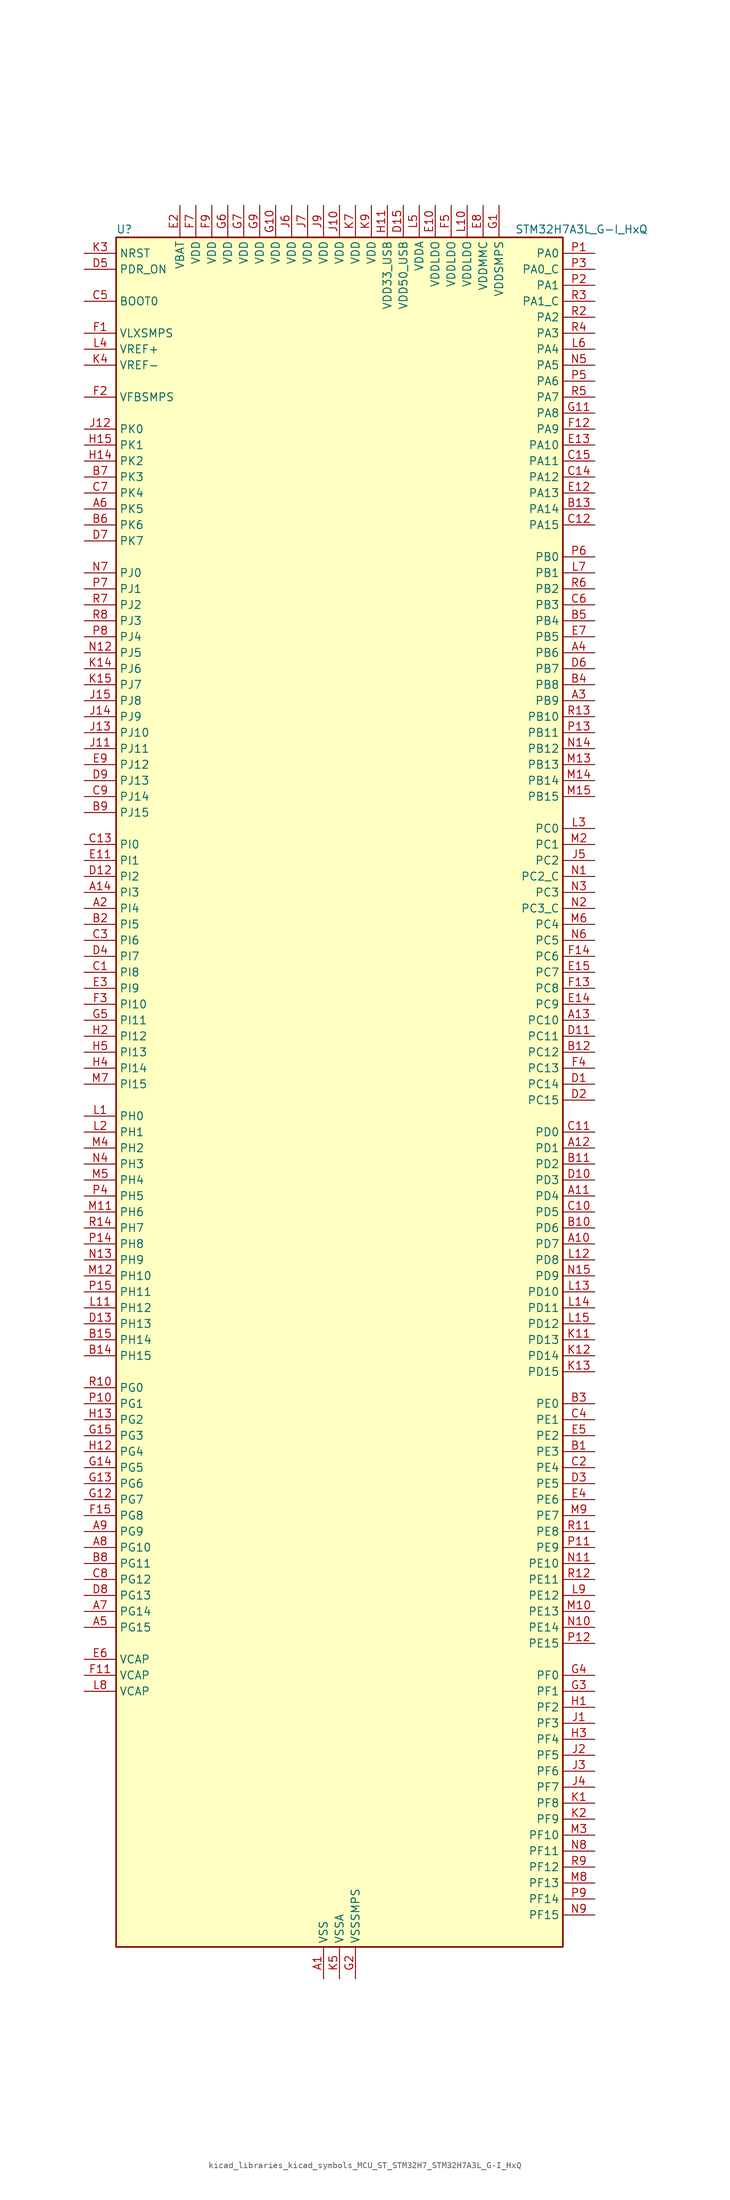
<source format=kicad_sym>
(kicad_symbol_lib
  (version 20220914)
  (generator kicad_symbol_editor)
  (symbol "kicad_libraries_kicad_symbols_MCU_ST_STM32H7_STM32H7A3L_G-I_HxQ"
    (property "Reference" "U"
      (at -35.56 138.43 0)
      (effects (font (size 1.27 1.27)) (justify left)))
    (property "Value" "STM32H7A3L_G-I_HxQ"
      (at 27.94 138.43 0)
      (effects (font (size 1.27 1.27)) (justify left)))
    (property "ki_locked" ""
      (at 0 0 0)
      (effects (font (size 1.27 1.27))))
    (symbol "kicad_libraries_kicad_symbols_MCU_ST_STM32H7_STM32H7A3L_G-I_HxQ_0_1"
      (rectangle (start -35.56 -134.62) (end 35.56 137.16) (stroke (width 0.254) (type default)) (fill (type background))))
    (symbol "kicad_libraries_kicad_symbols_MCU_ST_STM32H7_STM32H7A3L_G-I_HxQ_1_1"
      (pin power_in line (at -2.54 -139.7 90) (length 5.08) (name "VSS" (effects (font (size 1.27 1.27)))) (number "A1" (effects (font (size 1.27 1.27)))))
      (pin bidirectional line (at 40.64 -22.86 180) (length 5.08) (name "PD7" (effects (font (size 1.27 1.27)))) (number "A10" (effects (font (size 1.27 1.27)))) (alternate "DFSDM1_CKIN1" bidirectional line) (alternate "DFSDM1_DATIN4" bidirectional line) (alternate "FMC_NE1" bidirectional line) (alternate "I2S1_SDO" bidirectional line) (alternate "OCTOSPIM_P1_IO7" bidirectional line) (alternate "SDMMC2_CMD" bidirectional line) (alternate "SPDIFRX_IN0" bidirectional line) (alternate "SPI1_MOSI" bidirectional line) (alternate "USART2_CK" bidirectional line))
      (pin bidirectional line (at 40.64 -15.24 180) (length 5.08) (name "PD4" (effects (font (size 1.27 1.27)))) (number "A11" (effects (font (size 1.27 1.27)))) (alternate "FMC_NOE" bidirectional line) (alternate "OCTOSPIM_P1_IO4" bidirectional line) (alternate "USART2_DE" bidirectional line) (alternate "USART2_RTS" bidirectional line))
      (pin bidirectional line (at 40.64 -7.62 180) (length 5.08) (name "PD1" (effects (font (size 1.27 1.27)))) (number "A12" (effects (font (size 1.27 1.27)))) (alternate "DFSDM1_DATIN6" bidirectional line) (alternate "FDCAN1_TX" bidirectional line) (alternate "FMC_D3" bidirectional line) (alternate "FMC_DA3" bidirectional line) (alternate "UART4_TX" bidirectional line))
      (pin bidirectional line (at 40.64 12.7 180) (length 5.08) (name "PC10" (effects (font (size 1.27 1.27)))) (number "A13" (effects (font (size 1.27 1.27)))) (alternate "DCMI_D8" bidirectional line) (alternate "DFSDM1_CKIN5" bidirectional line) (alternate "DFSDM2_CKIN0" bidirectional line) (alternate "I2S3_CK" bidirectional line) (alternate "LTDC_B1" bidirectional line) (alternate "LTDC_R2" bidirectional line) (alternate "OCTOSPIM_P1_IO1" bidirectional line) (alternate "PSSI_D8" bidirectional line) (alternate "SDMMC1_D2" bidirectional line) (alternate "SPI3_SCK" bidirectional line) (alternate "SWPMI1_RX" bidirectional line) (alternate "UART4_TX" bidirectional line) (alternate "USART3_TX" bidirectional line))
      (pin bidirectional line (at -40.64 33.02 0) (length 5.08) (name "PI3" (effects (font (size 1.27 1.27)))) (number "A14" (effects (font (size 1.27 1.27)))) (alternate "DCMI_D10" bidirectional line) (alternate "FMC_D27" bidirectional line) (alternate "I2S2_SDO" bidirectional line) (alternate "PSSI_D10" bidirectional line) (alternate "SPI2_MOSI" bidirectional line) (alternate "TIM8_ETR" bidirectional line))
      (pin passive line (at -2.54 -139.7 90) (length 5.08) hide (name "VSS" (effects (font (size 1.27 1.27)))) (number "A15" (effects (font (size 1.27 1.27)))))
      (pin bidirectional line (at -40.64 30.48 0) (length 5.08) (name "PI4" (effects (font (size 1.27 1.27)))) (number "A2" (effects (font (size 1.27 1.27)))) (alternate "DCMI_D5" bidirectional line) (alternate "FMC_NBL2" bidirectional line) (alternate "LTDC_B4" bidirectional line) (alternate "PSSI_D5" bidirectional line) (alternate "SAI2_MCLK_A" bidirectional line) (alternate "TIM8_BKIN" bidirectional line) (alternate "TIM8_BKIN_COMP1" bidirectional line) (alternate "TIM8_BKIN_COMP2" bidirectional line))
      (pin bidirectional line (at 40.64 63.5 180) (length 5.08) (name "PB9" (effects (font (size 1.27 1.27)))) (number "A3" (effects (font (size 1.27 1.27)))) (alternate "DAC1_EXTI9" bidirectional line) (alternate "DCMI_D7" bidirectional line) (alternate "DFSDM1_DATIN7" bidirectional line) (alternate "FDCAN1_TX" bidirectional line) (alternate "I2C1_SDA" bidirectional line) (alternate "I2C4_SDA" bidirectional line) (alternate "I2C4_SMBA" bidirectional line) (alternate "I2S2_WS" bidirectional line) (alternate "LTDC_B7" bidirectional line) (alternate "PSSI_D7" bidirectional line) (alternate "SDMMC1_CDIR" bidirectional line) (alternate "SDMMC1_D5" bidirectional line) (alternate "SDMMC2_D5" bidirectional line) (alternate "SPI2_NSS" bidirectional line) (alternate "TIM17_CH1" bidirectional line) (alternate "TIM4_CH4" bidirectional line) (alternate "UART4_TX" bidirectional line))
      (pin bidirectional line (at 40.64 71.12 180) (length 5.08) (name "PB6" (effects (font (size 1.27 1.27)))) (number "A4" (effects (font (size 1.27 1.27)))) (alternate "CEC" bidirectional line) (alternate "DCMI_D5" bidirectional line) (alternate "DFSDM1_DATIN5" bidirectional line) (alternate "FDCAN2_TX" bidirectional line) (alternate "FMC_SDNE1" bidirectional line) (alternate "I2C1_SCL" bidirectional line) (alternate "I2C4_SCL" bidirectional line) (alternate "LPUART1_TX" bidirectional line) (alternate "OCTOSPIM_P1_NCS" bidirectional line) (alternate "PSSI_D5" bidirectional line) (alternate "TIM16_CH1N" bidirectional line) (alternate "TIM4_CH1" bidirectional line) (alternate "UART5_TX" bidirectional line) (alternate "USART1_TX" bidirectional line))
      (pin bidirectional line (at -40.64 -83.82 0) (length 5.08) (name "PG15" (effects (font (size 1.27 1.27)))) (number "A5" (effects (font (size 1.27 1.27)))) (alternate "ADC1_EXTI15" bidirectional line) (alternate "ADC2_EXTI15" bidirectional line) (alternate "DCMI_D13" bidirectional line) (alternate "FMC_SDNCAS" bidirectional line) (alternate "OCTOSPIM_P2_DQS" bidirectional line) (alternate "PSSI_D13" bidirectional line) (alternate "USART10_CK" bidirectional line) (alternate "USART6_CTS" bidirectional line) (alternate "USART6_NSS" bidirectional line))
      (pin bidirectional line (at -40.64 93.98 0) (length 5.08) (name "PK5" (effects (font (size 1.27 1.27)))) (number "A6" (effects (font (size 1.27 1.27)))) (alternate "LTDC_B6" bidirectional line) (alternate "OCTOSPIM_P2_NCS" bidirectional line))
      (pin bidirectional line (at -40.64 -81.28 0) (length 5.08) (name "PG14" (effects (font (size 1.27 1.27)))) (number "A7" (effects (font (size 1.27 1.27)))) (alternate "DEBUG_TRACED1" bidirectional line) (alternate "FMC_A25" bidirectional line) (alternate "I2S6_SDO" bidirectional line) (alternate "LPTIM1_ETR" bidirectional line) (alternate "LTDC_B0" bidirectional line) (alternate "OCTOSPIM_P1_IO7" bidirectional line) (alternate "SDMMC2_D7" bidirectional line) (alternate "SPI6_MOSI" bidirectional line) (alternate "USART10_DE" bidirectional line) (alternate "USART10_RTS" bidirectional line) (alternate "USART6_TX" bidirectional line))
      (pin bidirectional line (at -40.64 -71.12 0) (length 5.08) (name "PG10" (effects (font (size 1.27 1.27)))) (number "A8" (effects (font (size 1.27 1.27)))) (alternate "DCMI_D2" bidirectional line) (alternate "FMC_NE3" bidirectional line) (alternate "I2S1_WS" bidirectional line) (alternate "LTDC_B2" bidirectional line) (alternate "LTDC_G3" bidirectional line) (alternate "OCTOSPIM_P2_IO6" bidirectional line) (alternate "PSSI_D2" bidirectional line) (alternate "SAI2_SD_B" bidirectional line) (alternate "SDMMC2_D1" bidirectional line) (alternate "SPI1_NSS" bidirectional line))
      (pin bidirectional line (at -40.64 -68.58 0) (length 5.08) (name "PG9" (effects (font (size 1.27 1.27)))) (number "A9" (effects (font (size 1.27 1.27)))) (alternate "DAC1_EXTI9" bidirectional line) (alternate "DCMI_VSYNC" bidirectional line) (alternate "FMC_NCE" bidirectional line) (alternate "FMC_NE2" bidirectional line) (alternate "I2S1_SDI" bidirectional line) (alternate "OCTOSPIM_P1_IO6" bidirectional line) (alternate "PSSI_RDY" bidirectional line) (alternate "SAI2_FS_B" bidirectional line) (alternate "SDMMC2_D0" bidirectional line) (alternate "SPDIFRX_IN3" bidirectional line) (alternate "SPI1_MISO" bidirectional line) (alternate "USART6_RX" bidirectional line))
      (pin bidirectional line (at 40.64 -55.88 180) (length 5.08) (name "PE3" (effects (font (size 1.27 1.27)))) (number "B1" (effects (font (size 1.27 1.27)))) (alternate "DEBUG_TRACED0" bidirectional line) (alternate "FMC_A19" bidirectional line) (alternate "SAI1_SD_B" bidirectional line) (alternate "TIM15_BKIN" bidirectional line) (alternate "USART10_TX" bidirectional line))
      (pin bidirectional line (at 40.64 -20.32 180) (length 5.08) (name "PD6" (effects (font (size 1.27 1.27)))) (number "B10" (effects (font (size 1.27 1.27)))) (alternate "DCMI_D10" bidirectional line) (alternate "DFSDM1_CKIN4" bidirectional line) (alternate "DFSDM1_DATIN1" bidirectional line) (alternate "FMC_NWAIT" bidirectional line) (alternate "I2S3_SDO" bidirectional line) (alternate "LTDC_B2" bidirectional line) (alternate "OCTOSPIM_P1_IO6" bidirectional line) (alternate "PSSI_D10" bidirectional line) (alternate "SAI1_D1" bidirectional line) (alternate "SAI1_SD_A" bidirectional line) (alternate "SDMMC2_CK" bidirectional line) (alternate "SPI3_MOSI" bidirectional line) (alternate "USART2_RX" bidirectional line))
      (pin bidirectional line (at 40.64 -10.16 180) (length 5.08) (name "PD2" (effects (font (size 1.27 1.27)))) (number "B11" (effects (font (size 1.27 1.27)))) (alternate "DCMI_D11" bidirectional line) (alternate "DEBUG_TRACED2" bidirectional line) (alternate "LTDC_B2" bidirectional line) (alternate "LTDC_B7" bidirectional line) (alternate "PSSI_D11" bidirectional line) (alternate "SDMMC1_CMD" bidirectional line) (alternate "TIM15_BKIN" bidirectional line) (alternate "TIM3_ETR" bidirectional line) (alternate "UART5_RX" bidirectional line))
      (pin bidirectional line (at 40.64 7.62 180) (length 5.08) (name "PC12" (effects (font (size 1.27 1.27)))) (number "B12" (effects (font (size 1.27 1.27)))) (alternate "DCMI_D9" bidirectional line) (alternate "DEBUG_TRACED3" bidirectional line) (alternate "DFSDM2_CKOUT" bidirectional line) (alternate "I2S3_SDO" bidirectional line) (alternate "I2S6_CK" bidirectional line) (alternate "LTDC_R6" bidirectional line) (alternate "PSSI_D9" bidirectional line) (alternate "SDMMC1_CK" bidirectional line) (alternate "SPI3_MOSI" bidirectional line) (alternate "SPI6_SCK" bidirectional line) (alternate "TIM15_CH1" bidirectional line) (alternate "UART5_TX" bidirectional line) (alternate "USART3_CK" bidirectional line))
      (pin bidirectional line (at 40.64 93.98 180) (length 5.08) (name "PA14" (effects (font (size 1.27 1.27)))) (number "B13" (effects (font (size 1.27 1.27)))) (alternate "DEBUG_JTCK-SWCLK" bidirectional line))
      (pin bidirectional line (at -40.64 -40.64 0) (length 5.08) (name "PH15" (effects (font (size 1.27 1.27)))) (number "B14" (effects (font (size 1.27 1.27)))) (alternate "ADC1_EXTI15" bidirectional line) (alternate "ADC2_EXTI15" bidirectional line) (alternate "DCMI_D11" bidirectional line) (alternate "FMC_D23" bidirectional line) (alternate "LTDC_G4" bidirectional line) (alternate "PSSI_D11" bidirectional line) (alternate "TIM8_CH3N" bidirectional line))
      (pin bidirectional line (at -40.64 -38.1 0) (length 5.08) (name "PH14" (effects (font (size 1.27 1.27)))) (number "B15" (effects (font (size 1.27 1.27)))) (alternate "DCMI_D4" bidirectional line) (alternate "FDCAN1_RX" bidirectional line) (alternate "FMC_D22" bidirectional line) (alternate "LTDC_G3" bidirectional line) (alternate "PSSI_D4" bidirectional line) (alternate "TIM8_CH2N" bidirectional line) (alternate "UART4_RX" bidirectional line))
      (pin bidirectional line (at -40.64 27.94 0) (length 5.08) (name "PI5" (effects (font (size 1.27 1.27)))) (number "B2" (effects (font (size 1.27 1.27)))) (alternate "DCMI_VSYNC" bidirectional line) (alternate "FMC_NBL3" bidirectional line) (alternate "LTDC_B5" bidirectional line) (alternate "PSSI_RDY" bidirectional line) (alternate "SAI2_SCK_A" bidirectional line) (alternate "TIM8_CH1" bidirectional line))
      (pin bidirectional line (at 40.64 -48.26 180) (length 5.08) (name "PE0" (effects (font (size 1.27 1.27)))) (number "B3" (effects (font (size 1.27 1.27)))) (alternate "DCMI_D2" bidirectional line) (alternate "FMC_NBL0" bidirectional line) (alternate "LPTIM1_ETR" bidirectional line) (alternate "LPTIM2_ETR" bidirectional line) (alternate "LTDC_R0" bidirectional line) (alternate "PSSI_D2" bidirectional line) (alternate "SAI2_MCLK_A" bidirectional line) (alternate "TIM4_ETR" bidirectional line) (alternate "UART8_RX" bidirectional line))
      (pin bidirectional line (at 40.64 66.04 180) (length 5.08) (name "PB8" (effects (font (size 1.27 1.27)))) (number "B4" (effects (font (size 1.27 1.27)))) (alternate "DCMI_D6" bidirectional line) (alternate "DFSDM1_CKIN7" bidirectional line) (alternate "FDCAN1_RX" bidirectional line) (alternate "I2C1_SCL" bidirectional line) (alternate "I2C4_SCL" bidirectional line) (alternate "LTDC_B6" bidirectional line) (alternate "PSSI_D6" bidirectional line) (alternate "SDMMC1_CKIN" bidirectional line) (alternate "SDMMC1_D4" bidirectional line) (alternate "SDMMC2_D4" bidirectional line) (alternate "TIM16_CH1" bidirectional line) (alternate "TIM4_CH3" bidirectional line) (alternate "UART4_RX" bidirectional line))
      (pin bidirectional line (at 40.64 76.2 180) (length 5.08) (name "PB4" (effects (font (size 1.27 1.27)))) (number "B5" (effects (font (size 1.27 1.27)))) (alternate "DEBUG_JTRST" bidirectional line) (alternate "I2S1_SDI" bidirectional line) (alternate "I2S2_WS" bidirectional line) (alternate "I2S3_SDI" bidirectional line) (alternate "I2S6_SDI" bidirectional line) (alternate "SDMMC2_D3" bidirectional line) (alternate "SPI1_MISO" bidirectional line) (alternate "SPI2_NSS" bidirectional line) (alternate "SPI3_MISO" bidirectional line) (alternate "SPI6_MISO" bidirectional line) (alternate "TIM16_BKIN" bidirectional line) (alternate "TIM3_CH1" bidirectional line) (alternate "UART7_TX" bidirectional line))
      (pin bidirectional line (at -40.64 91.44 0) (length 5.08) (name "PK6" (effects (font (size 1.27 1.27)))) (number "B6" (effects (font (size 1.27 1.27)))) (alternate "LTDC_B7" bidirectional line) (alternate "OCTOSPIM_P2_DQS" bidirectional line))
      (pin bidirectional line (at -40.64 99.06 0) (length 5.08) (name "PK3" (effects (font (size 1.27 1.27)))) (number "B7" (effects (font (size 1.27 1.27)))) (alternate "LTDC_B4" bidirectional line) (alternate "OCTOSPIM_P2_IO6" bidirectional line))
      (pin bidirectional line (at -40.64 -73.66 0) (length 5.08) (name "PG11" (effects (font (size 1.27 1.27)))) (number "B8" (effects (font (size 1.27 1.27)))) (alternate "ADC1_EXTI11" bidirectional line) (alternate "ADC2_EXTI11" bidirectional line) (alternate "DCMI_D3" bidirectional line) (alternate "I2S1_CK" bidirectional line) (alternate "LPTIM1_IN2" bidirectional line) (alternate "LTDC_B3" bidirectional line) (alternate "OCTOSPIM_P2_IO7" bidirectional line) (alternate "PSSI_D3" bidirectional line) (alternate "SDMMC2_D2" bidirectional line) (alternate "SPDIFRX_IN0" bidirectional line) (alternate "SPI1_SCK" bidirectional line) (alternate "USART10_RX" bidirectional line))
      (pin bidirectional line (at -40.64 45.72 0) (length 5.08) (name "PJ15" (effects (font (size 1.27 1.27)))) (number "B9" (effects (font (size 1.27 1.27)))) (alternate "ADC1_EXTI15" bidirectional line) (alternate "ADC2_EXTI15" bidirectional line) (alternate "LTDC_B3" bidirectional line))
      (pin bidirectional line (at -40.64 20.32 0) (length 5.08) (name "PI8" (effects (font (size 1.27 1.27)))) (number "C1" (effects (font (size 1.27 1.27)))) (alternate "PWR_WKUP3" bidirectional line) (alternate "RTC_OUT_ALARM" bidirectional line) (alternate "RTC_TAMP2" bidirectional line))
      (pin bidirectional line (at 40.64 -17.78 180) (length 5.08) (name "PD5" (effects (font (size 1.27 1.27)))) (number "C10" (effects (font (size 1.27 1.27)))) (alternate "FMC_NWE" bidirectional line) (alternate "OCTOSPIM_P1_IO5" bidirectional line) (alternate "USART2_TX" bidirectional line))
      (pin bidirectional line (at 40.64 -5.08 180) (length 5.08) (name "PD0" (effects (font (size 1.27 1.27)))) (number "C11" (effects (font (size 1.27 1.27)))) (alternate "DFSDM1_CKIN6" bidirectional line) (alternate "FDCAN1_RX" bidirectional line) (alternate "FMC_D2" bidirectional line) (alternate "FMC_DA2" bidirectional line) (alternate "LTDC_B1" bidirectional line) (alternate "UART4_RX" bidirectional line) (alternate "UART9_CTS" bidirectional line))
      (pin bidirectional line (at 40.64 91.44 180) (length 5.08) (name "PA15" (effects (font (size 1.27 1.27)))) (number "C12" (effects (font (size 1.27 1.27)))) (alternate "ADC1_EXTI15" bidirectional line) (alternate "ADC2_EXTI15" bidirectional line) (alternate "CEC" bidirectional line) (alternate "DEBUG_JTDI" bidirectional line) (alternate "I2S1_WS" bidirectional line) (alternate "I2S3_WS" bidirectional line) (alternate "I2S6_WS" bidirectional line) (alternate "LTDC_B6" bidirectional line) (alternate "LTDC_R3" bidirectional line) (alternate "SPI1_NSS" bidirectional line) (alternate "SPI3_NSS" bidirectional line) (alternate "SPI6_NSS" bidirectional line) (alternate "TIM2_CH1" bidirectional line) (alternate "TIM2_ETR" bidirectional line) (alternate "UART4_DE" bidirectional line) (alternate "UART4_RTS" bidirectional line) (alternate "UART7_TX" bidirectional line))
      (pin bidirectional line (at -40.64 40.64 0) (length 5.08) (name "PI0" (effects (font (size 1.27 1.27)))) (number "C13" (effects (font (size 1.27 1.27)))) (alternate "DCMI_D13" bidirectional line) (alternate "FMC_D24" bidirectional line) (alternate "I2S2_WS" bidirectional line) (alternate "LTDC_G5" bidirectional line) (alternate "PSSI_D13" bidirectional line) (alternate "SPI2_NSS" bidirectional line) (alternate "TIM5_CH4" bidirectional line))
      (pin bidirectional line (at 40.64 99.06 180) (length 5.08) (name "PA12" (effects (font (size 1.27 1.27)))) (number "C14" (effects (font (size 1.27 1.27)))) (alternate "FDCAN1_TX" bidirectional line) (alternate "I2S2_CK" bidirectional line) (alternate "LPUART1_DE" bidirectional line) (alternate "LPUART1_RTS" bidirectional line) (alternate "LTDC_R5" bidirectional line) (alternate "SAI2_FS_B" bidirectional line) (alternate "SPI2_SCK" bidirectional line) (alternate "TIM1_ETR" bidirectional line) (alternate "UART4_TX" bidirectional line) (alternate "USART1_DE" bidirectional line) (alternate "USART1_RTS" bidirectional line) (alternate "USB_OTG_HS_DP" bidirectional line))
      (pin bidirectional line (at 40.64 101.6 180) (length 5.08) (name "PA11" (effects (font (size 1.27 1.27)))) (number "C15" (effects (font (size 1.27 1.27)))) (alternate "ADC1_EXTI11" bidirectional line) (alternate "ADC2_EXTI11" bidirectional line) (alternate "FDCAN1_RX" bidirectional line) (alternate "I2S2_WS" bidirectional line) (alternate "LPUART1_CTS" bidirectional line) (alternate "LTDC_R4" bidirectional line) (alternate "SPI2_NSS" bidirectional line) (alternate "TIM1_CH4" bidirectional line) (alternate "UART4_RX" bidirectional line) (alternate "USART1_CTS" bidirectional line) (alternate "USART1_NSS" bidirectional line) (alternate "USB_OTG_HS_DM" bidirectional line))
      (pin bidirectional line (at 40.64 -58.42 180) (length 5.08) (name "PE4" (effects (font (size 1.27 1.27)))) (number "C2" (effects (font (size 1.27 1.27)))) (alternate "DCMI_D4" bidirectional line) (alternate "DEBUG_TRACED1" bidirectional line) (alternate "DFSDM1_DATIN3" bidirectional line) (alternate "FMC_A20" bidirectional line) (alternate "LTDC_B0" bidirectional line) (alternate "PSSI_D4" bidirectional line) (alternate "SAI1_D2" bidirectional line) (alternate "SAI1_FS_A" bidirectional line) (alternate "SPI4_NSS" bidirectional line) (alternate "TIM15_CH1N" bidirectional line))
      (pin bidirectional line (at -40.64 25.4 0) (length 5.08) (name "PI6" (effects (font (size 1.27 1.27)))) (number "C3" (effects (font (size 1.27 1.27)))) (alternate "DCMI_D6" bidirectional line) (alternate "FMC_D28" bidirectional line) (alternate "LTDC_B6" bidirectional line) (alternate "PSSI_D6" bidirectional line) (alternate "SAI2_SD_A" bidirectional line) (alternate "TIM8_CH2" bidirectional line))
      (pin bidirectional line (at 40.64 -50.8 180) (length 5.08) (name "PE1" (effects (font (size 1.27 1.27)))) (number "C4" (effects (font (size 1.27 1.27)))) (alternate "DCMI_D3" bidirectional line) (alternate "FMC_NBL1" bidirectional line) (alternate "LPTIM1_IN2" bidirectional line) (alternate "LTDC_R6" bidirectional line) (alternate "PSSI_D3" bidirectional line) (alternate "UART8_TX" bidirectional line))
      (pin input line (at -40.64 127 0) (length 5.08) (name "BOOT0" (effects (font (size 1.27 1.27)))) (number "C5" (effects (font (size 1.27 1.27)))))
      (pin bidirectional line (at 40.64 78.74 180) (length 5.08) (name "PB3" (effects (font (size 1.27 1.27)))) (number "C6" (effects (font (size 1.27 1.27)))) (alternate "CRS_SYNC" bidirectional line) (alternate "DEBUG_JTDO-SWO" bidirectional line) (alternate "I2S1_CK" bidirectional line) (alternate "I2S3_CK" bidirectional line) (alternate "I2S6_CK" bidirectional line) (alternate "SDMMC2_D2" bidirectional line) (alternate "SPI1_SCK" bidirectional line) (alternate "SPI3_SCK" bidirectional line) (alternate "SPI6_SCK" bidirectional line) (alternate "TIM2_CH2" bidirectional line) (alternate "UART7_RX" bidirectional line))
      (pin bidirectional line (at -40.64 96.52 0) (length 5.08) (name "PK4" (effects (font (size 1.27 1.27)))) (number "C7" (effects (font (size 1.27 1.27)))) (alternate "LTDC_B5" bidirectional line) (alternate "OCTOSPIM_P2_IO7" bidirectional line))
      (pin bidirectional line (at -40.64 -76.2 0) (length 5.08) (name "PG12" (effects (font (size 1.27 1.27)))) (number "C8" (effects (font (size 1.27 1.27)))) (alternate "FMC_NE4" bidirectional line) (alternate "I2S6_SDI" bidirectional line) (alternate "LPTIM1_IN1" bidirectional line) (alternate "LTDC_B1" bidirectional line) (alternate "LTDC_B4" bidirectional line) (alternate "OCTOSPIM_P2_NCS" bidirectional line) (alternate "SDMMC2_D3" bidirectional line) (alternate "SPDIFRX_IN1" bidirectional line) (alternate "SPI6_MISO" bidirectional line) (alternate "USART10_TX" bidirectional line) (alternate "USART6_DE" bidirectional line) (alternate "USART6_RTS" bidirectional line))
      (pin bidirectional line (at -40.64 48.26 0) (length 5.08) (name "PJ14" (effects (font (size 1.27 1.27)))) (number "C9" (effects (font (size 1.27 1.27)))) (alternate "LTDC_B2" bidirectional line))
      (pin bidirectional line (at 40.64 2.54 180) (length 5.08) (name "PC14" (effects (font (size 1.27 1.27)))) (number "D1" (effects (font (size 1.27 1.27)))) (alternate "RCC_OSC32_IN" bidirectional line))
      (pin bidirectional line (at 40.64 -12.7 180) (length 5.08) (name "PD3" (effects (font (size 1.27 1.27)))) (number "D10" (effects (font (size 1.27 1.27)))) (alternate "DCMI_D5" bidirectional line) (alternate "DFSDM1_CKOUT" bidirectional line) (alternate "FMC_CLK" bidirectional line) (alternate "I2S2_CK" bidirectional line) (alternate "LTDC_G7" bidirectional line) (alternate "PSSI_D5" bidirectional line) (alternate "SPI2_SCK" bidirectional line) (alternate "USART2_CTS" bidirectional line) (alternate "USART2_NSS" bidirectional line))
      (pin bidirectional line (at 40.64 10.16 180) (length 5.08) (name "PC11" (effects (font (size 1.27 1.27)))) (number "D11" (effects (font (size 1.27 1.27)))) (alternate "ADC1_EXTI11" bidirectional line) (alternate "ADC2_EXTI11" bidirectional line) (alternate "DCMI_D4" bidirectional line) (alternate "DFSDM1_DATIN5" bidirectional line) (alternate "DFSDM2_DATIN0" bidirectional line) (alternate "I2S3_SDI" bidirectional line) (alternate "LTDC_B4" bidirectional line) (alternate "OCTOSPIM_P1_NCS" bidirectional line) (alternate "PSSI_D4" bidirectional line) (alternate "SDMMC1_D3" bidirectional line) (alternate "SPI3_MISO" bidirectional line) (alternate "UART4_RX" bidirectional line) (alternate "USART3_RX" bidirectional line))
      (pin bidirectional line (at -40.64 35.56 0) (length 5.08) (name "PI2" (effects (font (size 1.27 1.27)))) (number "D12" (effects (font (size 1.27 1.27)))) (alternate "DCMI_D9" bidirectional line) (alternate "FMC_D26" bidirectional line) (alternate "I2S2_SDI" bidirectional line) (alternate "LTDC_G7" bidirectional line) (alternate "PSSI_D9" bidirectional line) (alternate "SPI2_MISO" bidirectional line) (alternate "TIM8_CH4" bidirectional line))
      (pin bidirectional line (at -40.64 -35.56 0) (length 5.08) (name "PH13" (effects (font (size 1.27 1.27)))) (number "D13" (effects (font (size 1.27 1.27)))) (alternate "FDCAN1_TX" bidirectional line) (alternate "FMC_D21" bidirectional line) (alternate "LTDC_G2" bidirectional line) (alternate "TIM8_CH1N" bidirectional line) (alternate "UART4_TX" bidirectional line))
      (pin passive line (at -2.54 -139.7 90) (length 5.08) hide (name "VSS" (effects (font (size 1.27 1.27)))) (number "D14" (effects (font (size 1.27 1.27)))))
      (pin power_in line (at 10.16 142.24 270) (length 5.08) (name "VDD50_USB" (effects (font (size 1.27 1.27)))) (number "D15" (effects (font (size 1.27 1.27)))))
      (pin bidirectional line (at 40.64 0 180) (length 5.08) (name "PC15" (effects (font (size 1.27 1.27)))) (number "D2" (effects (font (size 1.27 1.27)))) (alternate "ADC1_EXTI15" bidirectional line) (alternate "ADC2_EXTI15" bidirectional line) (alternate "RCC_OSC32_OUT" bidirectional line))
      (pin bidirectional line (at 40.64 -60.96 180) (length 5.08) (name "PE5" (effects (font (size 1.27 1.27)))) (number "D3" (effects (font (size 1.27 1.27)))) (alternate "DCMI_D6" bidirectional line) (alternate "DEBUG_TRACED2" bidirectional line) (alternate "DFSDM1_CKIN3" bidirectional line) (alternate "FMC_A21" bidirectional line) (alternate "LTDC_G0" bidirectional line) (alternate "PSSI_D6" bidirectional line) (alternate "SAI1_CK2" bidirectional line) (alternate "SAI1_SCK_A" bidirectional line) (alternate "SPI4_MISO" bidirectional line) (alternate "TIM15_CH1" bidirectional line))
      (pin bidirectional line (at -40.64 22.86 0) (length 5.08) (name "PI7" (effects (font (size 1.27 1.27)))) (number "D4" (effects (font (size 1.27 1.27)))) (alternate "DCMI_D7" bidirectional line) (alternate "FMC_D29" bidirectional line) (alternate "LTDC_B7" bidirectional line) (alternate "PSSI_D7" bidirectional line) (alternate "SAI2_FS_A" bidirectional line) (alternate "TIM8_CH3" bidirectional line))
      (pin input line (at -40.64 132.08 0) (length 5.08) (name "PDR_ON" (effects (font (size 1.27 1.27)))) (number "D5" (effects (font (size 1.27 1.27)))))
      (pin bidirectional line (at 40.64 68.58 180) (length 5.08) (name "PB7" (effects (font (size 1.27 1.27)))) (number "D6" (effects (font (size 1.27 1.27)))) (alternate "DCMI_VSYNC" bidirectional line) (alternate "DFSDM1_CKIN5" bidirectional line) (alternate "FMC_NL" bidirectional line) (alternate "I2C1_SDA" bidirectional line) (alternate "I2C4_SDA" bidirectional line) (alternate "LPUART1_RX" bidirectional line) (alternate "PSSI_RDY" bidirectional line) (alternate "PWR_PVD_IN" bidirectional line) (alternate "TIM17_CH1N" bidirectional line) (alternate "TIM4_CH2" bidirectional line) (alternate "USART1_RX" bidirectional line))
      (pin bidirectional line (at -40.64 88.9 0) (length 5.08) (name "PK7" (effects (font (size 1.27 1.27)))) (number "D7" (effects (font (size 1.27 1.27)))) (alternate "LTDC_DE" bidirectional line))
      (pin bidirectional line (at -40.64 -78.74 0) (length 5.08) (name "PG13" (effects (font (size 1.27 1.27)))) (number "D8" (effects (font (size 1.27 1.27)))) (alternate "DEBUG_TRACED0" bidirectional line) (alternate "FMC_A24" bidirectional line) (alternate "I2S6_CK" bidirectional line) (alternate "LPTIM1_OUT" bidirectional line) (alternate "LTDC_R0" bidirectional line) (alternate "SDMMC2_D6" bidirectional line) (alternate "SPI6_SCK" bidirectional line) (alternate "USART10_CTS" bidirectional line) (alternate "USART10_NSS" bidirectional line) (alternate "USART6_CTS" bidirectional line) (alternate "USART6_NSS" bidirectional line))
      (pin bidirectional line (at -40.64 50.8 0) (length 5.08) (name "PJ13" (effects (font (size 1.27 1.27)))) (number "D9" (effects (font (size 1.27 1.27)))) (alternate "LTDC_B1" bidirectional line) (alternate "LTDC_B4" bidirectional line))
      (pin passive line (at -2.54 -139.7 90) (length 5.08) hide (name "VSS" (effects (font (size 1.27 1.27)))) (number "E1" (effects (font (size 1.27 1.27)))))
      (pin power_in line (at 15.24 142.24 270) (length 5.08) (name "VDDLDO" (effects (font (size 1.27 1.27)))) (number "E10" (effects (font (size 1.27 1.27)))))
      (pin bidirectional line (at -40.64 38.1 0) (length 5.08) (name "PI1" (effects (font (size 1.27 1.27)))) (number "E11" (effects (font (size 1.27 1.27)))) (alternate "DCMI_D8" bidirectional line) (alternate "FMC_D25" bidirectional line) (alternate "I2S2_CK" bidirectional line) (alternate "LTDC_G6" bidirectional line) (alternate "PSSI_D8" bidirectional line) (alternate "SPI2_SCK" bidirectional line) (alternate "TIM8_BKIN2" bidirectional line) (alternate "TIM8_BKIN2_COMP1" bidirectional line) (alternate "TIM8_BKIN2_COMP2" bidirectional line))
      (pin bidirectional line (at 40.64 96.52 180) (length 5.08) (name "PA13" (effects (font (size 1.27 1.27)))) (number "E12" (effects (font (size 1.27 1.27)))) (alternate "DEBUG_JTMS-SWDIO" bidirectional line))
      (pin bidirectional line (at 40.64 104.14 180) (length 5.08) (name "PA10" (effects (font (size 1.27 1.27)))) (number "E13" (effects (font (size 1.27 1.27)))) (alternate "DCMI_D1" bidirectional line) (alternate "LPUART1_RX" bidirectional line) (alternate "LTDC_B1" bidirectional line) (alternate "LTDC_B4" bidirectional line) (alternate "MDIOS_MDIO" bidirectional line) (alternate "PSSI_D1" bidirectional line) (alternate "TIM1_CH3" bidirectional line) (alternate "USART1_RX" bidirectional line) (alternate "USB_OTG_HS_ID" bidirectional line))
      (pin bidirectional line (at 40.64 15.24 180) (length 5.08) (name "PC9" (effects (font (size 1.27 1.27)))) (number "E14" (effects (font (size 1.27 1.27)))) (alternate "DAC1_EXTI9" bidirectional line) (alternate "DCMI_D3" bidirectional line) (alternate "I2C3_SDA" bidirectional line) (alternate "I2S_CKIN" bidirectional line) (alternate "LTDC_B2" bidirectional line) (alternate "LTDC_G3" bidirectional line) (alternate "OCTOSPIM_P1_IO0" bidirectional line) (alternate "PSSI_D3" bidirectional line) (alternate "RCC_MCO_2" bidirectional line) (alternate "SDMMC1_D1" bidirectional line) (alternate "SWPMI1_SUSPEND" bidirectional line) (alternate "TIM3_CH4" bidirectional line) (alternate "TIM8_CH4" bidirectional line) (alternate "UART5_CTS" bidirectional line))
      (pin bidirectional line (at 40.64 20.32 180) (length 5.08) (name "PC7" (effects (font (size 1.27 1.27)))) (number "E15" (effects (font (size 1.27 1.27)))) (alternate "DCMI_D1" bidirectional line) (alternate "DEBUG_TRGIO" bidirectional line) (alternate "DFSDM1_DATIN3" bidirectional line) (alternate "FMC_NE1" bidirectional line) (alternate "I2S3_MCK" bidirectional line) (alternate "LTDC_G6" bidirectional line) (alternate "PSSI_D1" bidirectional line) (alternate "SDMMC1_D123DIR" bidirectional line) (alternate "SDMMC1_D7" bidirectional line) (alternate "SDMMC2_D7" bidirectional line) (alternate "SWPMI1_TX" bidirectional line) (alternate "TIM3_CH2" bidirectional line) (alternate "TIM8_CH2" bidirectional line) (alternate "USART6_RX" bidirectional line))
      (pin power_in line (at -25.4 142.24 270) (length 5.08) (name "VBAT" (effects (font (size 1.27 1.27)))) (number "E2" (effects (font (size 1.27 1.27)))))
      (pin bidirectional line (at -40.64 17.78 0) (length 5.08) (name "PI9" (effects (font (size 1.27 1.27)))) (number "E3" (effects (font (size 1.27 1.27)))) (alternate "DAC1_EXTI9" bidirectional line) (alternate "FDCAN1_RX" bidirectional line) (alternate "FMC_D30" bidirectional line) (alternate "LTDC_VSYNC" bidirectional line) (alternate "OCTOSPIM_P2_IO0" bidirectional line) (alternate "UART4_RX" bidirectional line))
      (pin bidirectional line (at 40.64 -63.5 180) (length 5.08) (name "PE6" (effects (font (size 1.27 1.27)))) (number "E4" (effects (font (size 1.27 1.27)))) (alternate "DCMI_D7" bidirectional line) (alternate "DEBUG_TRACED3" bidirectional line) (alternate "FMC_A22" bidirectional line) (alternate "LTDC_G1" bidirectional line) (alternate "PSSI_D7" bidirectional line) (alternate "SAI1_D1" bidirectional line) (alternate "SAI1_SD_A" bidirectional line) (alternate "SAI2_MCLK_B" bidirectional line) (alternate "SPI4_MOSI" bidirectional line) (alternate "TIM15_CH2" bidirectional line) (alternate "TIM1_BKIN2" bidirectional line) (alternate "TIM1_BKIN2_COMP1" bidirectional line) (alternate "TIM1_BKIN2_COMP2" bidirectional line))
      (pin bidirectional line (at 40.64 -53.34 180) (length 5.08) (name "PE2" (effects (font (size 1.27 1.27)))) (number "E5" (effects (font (size 1.27 1.27)))) (alternate "DEBUG_TRACECLK" bidirectional line) (alternate "FMC_A23" bidirectional line) (alternate "OCTOSPIM_P1_IO2" bidirectional line) (alternate "SAI1_CK1" bidirectional line) (alternate "SAI1_MCLK_A" bidirectional line) (alternate "SPI4_SCK" bidirectional line) (alternate "USART10_RX" bidirectional line))
      (pin power_out line (at -40.64 -88.9 0) (length 5.08) (name "VCAP" (effects (font (size 1.27 1.27)))) (number "E6" (effects (font (size 1.27 1.27)))))
      (pin bidirectional line (at 40.64 73.66 180) (length 5.08) (name "PB5" (effects (font (size 1.27 1.27)))) (number "E7" (effects (font (size 1.27 1.27)))) (alternate "DCMI_D10" bidirectional line) (alternate "FDCAN2_RX" bidirectional line) (alternate "FMC_SDCKE1" bidirectional line) (alternate "I2C1_SMBA" bidirectional line) (alternate "I2C4_SMBA" bidirectional line) (alternate "I2S1_SDO" bidirectional line) (alternate "I2S3_SDO" bidirectional line) (alternate "I2S6_SDO" bidirectional line) (alternate "LTDC_B5" bidirectional line) (alternate "PSSI_D10" bidirectional line) (alternate "SPI1_MOSI" bidirectional line) (alternate "SPI3_MOSI" bidirectional line) (alternate "SPI6_MOSI" bidirectional line) (alternate "TIM17_BKIN" bidirectional line) (alternate "TIM3_CH2" bidirectional line) (alternate "UART5_RX" bidirectional line) (alternate "USB_OTG_HS_ULPI_D7" bidirectional line))
      (pin power_in line (at 22.86 142.24 270) (length 5.08) (name "VDDMMC" (effects (font (size 1.27 1.27)))) (number "E8" (effects (font (size 1.27 1.27)))))
      (pin bidirectional line (at -40.64 53.34 0) (length 5.08) (name "PJ12" (effects (font (size 1.27 1.27)))) (number "E9" (effects (font (size 1.27 1.27)))) (alternate "DEBUG_TRGOUT" bidirectional line) (alternate "LTDC_B0" bidirectional line) (alternate "LTDC_G3" bidirectional line))
      (pin power_in line (at -40.64 121.92 0) (length 5.08) (name "VLXSMPS" (effects (font (size 1.27 1.27)))) (number "F1" (effects (font (size 1.27 1.27)))))
      (pin passive line (at -2.54 -139.7 90) (length 5.08) hide (name "VSS" (effects (font (size 1.27 1.27)))) (number "F10" (effects (font (size 1.27 1.27)))))
      (pin power_out line (at -40.64 -91.44 0) (length 5.08) (name "VCAP" (effects (font (size 1.27 1.27)))) (number "F11" (effects (font (size 1.27 1.27)))))
      (pin bidirectional line (at 40.64 106.68 180) (length 5.08) (name "PA9" (effects (font (size 1.27 1.27)))) (number "F12" (effects (font (size 1.27 1.27)))) (alternate "DAC1_EXTI9" bidirectional line) (alternate "DCMI_D0" bidirectional line) (alternate "I2C3_SMBA" bidirectional line) (alternate "I2S2_CK" bidirectional line) (alternate "LPUART1_TX" bidirectional line) (alternate "LTDC_R5" bidirectional line) (alternate "PSSI_D0" bidirectional line) (alternate "SPI2_SCK" bidirectional line) (alternate "TIM1_CH2" bidirectional line) (alternate "USART1_TX" bidirectional line) (alternate "USB_OTG_HS_VBUS" bidirectional line))
      (pin bidirectional line (at 40.64 17.78 180) (length 5.08) (name "PC8" (effects (font (size 1.27 1.27)))) (number "F13" (effects (font (size 1.27 1.27)))) (alternate "DCMI_D2" bidirectional line) (alternate "DEBUG_TRACED1" bidirectional line) (alternate "FMC_INT" bidirectional line) (alternate "FMC_NCE" bidirectional line) (alternate "FMC_NE2" bidirectional line) (alternate "PSSI_D2" bidirectional line) (alternate "SDMMC1_D0" bidirectional line) (alternate "SWPMI1_RX" bidirectional line) (alternate "TIM3_CH3" bidirectional line) (alternate "TIM8_CH3" bidirectional line) (alternate "UART5_DE" bidirectional line) (alternate "UART5_RTS" bidirectional line) (alternate "USART6_CK" bidirectional line))
      (pin bidirectional line (at 40.64 22.86 180) (length 5.08) (name "PC6" (effects (font (size 1.27 1.27)))) (number "F14" (effects (font (size 1.27 1.27)))) (alternate "DCMI_D0" bidirectional line) (alternate "DFSDM1_CKIN3" bidirectional line) (alternate "FMC_NWAIT" bidirectional line) (alternate "I2S2_MCK" bidirectional line) (alternate "LTDC_HSYNC" bidirectional line) (alternate "PSSI_D0" bidirectional line) (alternate "SDMMC1_D0DIR" bidirectional line) (alternate "SDMMC1_D6" bidirectional line) (alternate "SDMMC2_D6" bidirectional line) (alternate "SWPMI1_IO" bidirectional line) (alternate "TIM3_CH1" bidirectional line) (alternate "TIM8_CH1" bidirectional line) (alternate "USART6_TX" bidirectional line))
      (pin bidirectional line (at -40.64 -66.04 0) (length 5.08) (name "PG8" (effects (font (size 1.27 1.27)))) (number "F15" (effects (font (size 1.27 1.27)))) (alternate "FMC_SDCLK" bidirectional line) (alternate "I2S6_WS" bidirectional line) (alternate "LTDC_G7" bidirectional line) (alternate "SPDIFRX_IN2" bidirectional line) (alternate "SPI6_NSS" bidirectional line) (alternate "TIM8_ETR" bidirectional line) (alternate "USART6_DE" bidirectional line) (alternate "USART6_RTS" bidirectional line))
      (pin input line (at -40.64 111.76 0) (length 5.08) (name "VFBSMPS" (effects (font (size 1.27 1.27)))) (number "F2" (effects (font (size 1.27 1.27)))))
      (pin bidirectional line (at -40.64 15.24 0) (length 5.08) (name "PI10" (effects (font (size 1.27 1.27)))) (number "F3" (effects (font (size 1.27 1.27)))) (alternate "FMC_D31" bidirectional line) (alternate "LTDC_HSYNC" bidirectional line) (alternate "OCTOSPIM_P2_IO1" bidirectional line) (alternate "PSSI_D14" bidirectional line))
      (pin bidirectional line (at 40.64 5.08 180) (length 5.08) (name "PC13" (effects (font (size 1.27 1.27)))) (number "F4" (effects (font (size 1.27 1.27)))) (alternate "PWR_WKUP4" bidirectional line) (alternate "RTC_OUT_ALARM" bidirectional line) (alternate "RTC_OUT_CALIB" bidirectional line) (alternate "RTC_TAMP1" bidirectional line) (alternate "RTC_TS" bidirectional line))
      (pin power_in line (at 17.78 142.24 270) (length 5.08) (name "VDDLDO" (effects (font (size 1.27 1.27)))) (number "F5" (effects (font (size 1.27 1.27)))))
      (pin passive line (at -2.54 -139.7 90) (length 5.08) hide (name "VSS" (effects (font (size 1.27 1.27)))) (number "F6" (effects (font (size 1.27 1.27)))))
      (pin power_in line (at -22.86 142.24 270) (length 5.08) (name "VDD" (effects (font (size 1.27 1.27)))) (number "F7" (effects (font (size 1.27 1.27)))))
      (pin passive line (at -2.54 -139.7 90) (length 5.08) hide (name "VSS" (effects (font (size 1.27 1.27)))) (number "F8" (effects (font (size 1.27 1.27)))))
      (pin power_in line (at -20.32 142.24 270) (length 5.08) (name "VDD" (effects (font (size 1.27 1.27)))) (number "F9" (effects (font (size 1.27 1.27)))))
      (pin power_in line (at 25.4 142.24 270) (length 5.08) (name "VDDSMPS" (effects (font (size 1.27 1.27)))) (number "G1" (effects (font (size 1.27 1.27)))))
      (pin power_in line (at -10.16 142.24 270) (length 5.08) (name "VDD" (effects (font (size 1.27 1.27)))) (number "G10" (effects (font (size 1.27 1.27)))))
      (pin bidirectional line (at 40.64 109.22 180) (length 5.08) (name "PA8" (effects (font (size 1.27 1.27)))) (number "G11" (effects (font (size 1.27 1.27)))) (alternate "I2C3_SCL" bidirectional line) (alternate "LTDC_B3" bidirectional line) (alternate "LTDC_R6" bidirectional line) (alternate "RCC_MCO_1" bidirectional line) (alternate "TIM1_CH1" bidirectional line) (alternate "TIM8_BKIN2" bidirectional line) (alternate "TIM8_BKIN2_COMP1" bidirectional line) (alternate "TIM8_BKIN2_COMP2" bidirectional line) (alternate "UART7_RX" bidirectional line) (alternate "USART1_CK" bidirectional line) (alternate "USB_OTG_HS_SOF" bidirectional line))
      (pin bidirectional line (at -40.64 -63.5 0) (length 5.08) (name "PG7" (effects (font (size 1.27 1.27)))) (number "G12" (effects (font (size 1.27 1.27)))) (alternate "DCMI_D13" bidirectional line) (alternate "FMC_INT" bidirectional line) (alternate "LTDC_CLK" bidirectional line) (alternate "OCTOSPIM_P2_DQS" bidirectional line) (alternate "PSSI_D13" bidirectional line) (alternate "SAI1_MCLK_A" bidirectional line) (alternate "USART6_CK" bidirectional line))
      (pin bidirectional line (at -40.64 -60.96 0) (length 5.08) (name "PG6" (effects (font (size 1.27 1.27)))) (number "G13" (effects (font (size 1.27 1.27)))) (alternate "DCMI_D12" bidirectional line) (alternate "FMC_NE3" bidirectional line) (alternate "LTDC_R7" bidirectional line) (alternate "OCTOSPIM_P1_NCS" bidirectional line) (alternate "PSSI_D12" bidirectional line) (alternate "TIM17_BKIN" bidirectional line))
      (pin bidirectional line (at -40.64 -58.42 0) (length 5.08) (name "PG5" (effects (font (size 1.27 1.27)))) (number "G14" (effects (font (size 1.27 1.27)))) (alternate "FMC_A15" bidirectional line) (alternate "FMC_BA1" bidirectional line) (alternate "TIM1_ETR" bidirectional line))
      (pin bidirectional line (at -40.64 -53.34 0) (length 5.08) (name "PG3" (effects (font (size 1.27 1.27)))) (number "G15" (effects (font (size 1.27 1.27)))) (alternate "FMC_A13" bidirectional line) (alternate "TIM8_BKIN2" bidirectional line) (alternate "TIM8_BKIN2_COMP1" bidirectional line) (alternate "TIM8_BKIN2_COMP2" bidirectional line))
      (pin power_in line (at 2.54 -139.7 90) (length 5.08) (name "VSSSMPS" (effects (font (size 1.27 1.27)))) (number "G2" (effects (font (size 1.27 1.27)))))
      (pin bidirectional line (at 40.64 -93.98 180) (length 5.08) (name "PF1" (effects (font (size 1.27 1.27)))) (number "G3" (effects (font (size 1.27 1.27)))) (alternate "FMC_A1" bidirectional line) (alternate "I2C2_SCL" bidirectional line) (alternate "OCTOSPIM_P2_IO1" bidirectional line))
      (pin bidirectional line (at 40.64 -91.44 180) (length 5.08) (name "PF0" (effects (font (size 1.27 1.27)))) (number "G4" (effects (font (size 1.27 1.27)))) (alternate "FMC_A0" bidirectional line) (alternate "I2C2_SDA" bidirectional line) (alternate "OCTOSPIM_P2_IO0" bidirectional line))
      (pin bidirectional line (at -40.64 12.7 0) (length 5.08) (name "PI11" (effects (font (size 1.27 1.27)))) (number "G5" (effects (font (size 1.27 1.27)))) (alternate "ADC1_EXTI11" bidirectional line) (alternate "ADC2_EXTI11" bidirectional line) (alternate "LTDC_G6" bidirectional line) (alternate "OCTOSPIM_P2_IO2" bidirectional line) (alternate "PSSI_D15" bidirectional line) (alternate "PWR_WKUP5" bidirectional line) (alternate "USB_OTG_HS_ULPI_DIR" bidirectional line))
      (pin power_in line (at -17.78 142.24 270) (length 5.08) (name "VDD" (effects (font (size 1.27 1.27)))) (number "G6" (effects (font (size 1.27 1.27)))))
      (pin power_in line (at -15.24 142.24 270) (length 5.08) (name "VDD" (effects (font (size 1.27 1.27)))) (number "G7" (effects (font (size 1.27 1.27)))))
      (pin passive line (at -2.54 -139.7 90) (length 5.08) hide (name "VSS" (effects (font (size 1.27 1.27)))) (number "G8" (effects (font (size 1.27 1.27)))))
      (pin power_in line (at -12.7 142.24 270) (length 5.08) (name "VDD" (effects (font (size 1.27 1.27)))) (number "G9" (effects (font (size 1.27 1.27)))))
      (pin bidirectional line (at 40.64 -96.52 180) (length 5.08) (name "PF2" (effects (font (size 1.27 1.27)))) (number "H1" (effects (font (size 1.27 1.27)))) (alternate "FMC_A2" bidirectional line) (alternate "I2C2_SMBA" bidirectional line) (alternate "OCTOSPIM_P2_IO2" bidirectional line))
      (pin passive line (at -2.54 -139.7 90) (length 5.08) hide (name "VSS" (effects (font (size 1.27 1.27)))) (number "H10" (effects (font (size 1.27 1.27)))))
      (pin power_in line (at 7.62 142.24 270) (length 5.08) (name "VDD33_USB" (effects (font (size 1.27 1.27)))) (number "H11" (effects (font (size 1.27 1.27)))))
      (pin bidirectional line (at -40.64 -55.88 0) (length 5.08) (name "PG4" (effects (font (size 1.27 1.27)))) (number "H12" (effects (font (size 1.27 1.27)))) (alternate "FMC_A14" bidirectional line) (alternate "FMC_BA0" bidirectional line) (alternate "TIM1_BKIN2" bidirectional line) (alternate "TIM1_BKIN2_COMP1" bidirectional line) (alternate "TIM1_BKIN2_COMP2" bidirectional line))
      (pin bidirectional line (at -40.64 -50.8 0) (length 5.08) (name "PG2" (effects (font (size 1.27 1.27)))) (number "H13" (effects (font (size 1.27 1.27)))) (alternate "FMC_A12" bidirectional line) (alternate "TIM8_BKIN" bidirectional line) (alternate "TIM8_BKIN_COMP1" bidirectional line) (alternate "TIM8_BKIN_COMP2" bidirectional line))
      (pin bidirectional line (at -40.64 101.6 0) (length 5.08) (name "PK2" (effects (font (size 1.27 1.27)))) (number "H14" (effects (font (size 1.27 1.27)))) (alternate "LTDC_G7" bidirectional line) (alternate "TIM1_BKIN" bidirectional line) (alternate "TIM1_BKIN_COMP1" bidirectional line) (alternate "TIM1_BKIN_COMP2" bidirectional line) (alternate "TIM8_BKIN" bidirectional line) (alternate "TIM8_BKIN_COMP1" bidirectional line) (alternate "TIM8_BKIN_COMP2" bidirectional line))
      (pin bidirectional line (at -40.64 104.14 0) (length 5.08) (name "PK1" (effects (font (size 1.27 1.27)))) (number "H15" (effects (font (size 1.27 1.27)))) (alternate "LTDC_G6" bidirectional line) (alternate "SPI5_NSS" bidirectional line) (alternate "TIM1_CH1" bidirectional line) (alternate "TIM8_CH3N" bidirectional line))
      (pin bidirectional line (at -40.64 10.16 0) (length 5.08) (name "PI12" (effects (font (size 1.27 1.27)))) (number "H2" (effects (font (size 1.27 1.27)))) (alternate "LTDC_HSYNC" bidirectional line) (alternate "OCTOSPIM_P2_IO3" bidirectional line))
      (pin bidirectional line (at 40.64 -101.6 180) (length 5.08) (name "PF4" (effects (font (size 1.27 1.27)))) (number "H3" (effects (font (size 1.27 1.27)))) (alternate "FMC_A4" bidirectional line) (alternate "OCTOSPIM_P2_CLK" bidirectional line))
      (pin bidirectional line (at -40.64 5.08 0) (length 5.08) (name "PI14" (effects (font (size 1.27 1.27)))) (number "H4" (effects (font (size 1.27 1.27)))) (alternate "LTDC_CLK" bidirectional line) (alternate "OCTOSPIM_P2_NCLK" bidirectional line))
      (pin bidirectional line (at -40.64 7.62 0) (length 5.08) (name "PI13" (effects (font (size 1.27 1.27)))) (number "H5" (effects (font (size 1.27 1.27)))) (alternate "LTDC_VSYNC" bidirectional line) (alternate "OCTOSPIM_P2_CLK" bidirectional line))
      (pin passive line (at -2.54 -139.7 90) (length 5.08) hide (name "VSS" (effects (font (size 1.27 1.27)))) (number "H6" (effects (font (size 1.27 1.27)))))
      (pin passive line (at -2.54 -139.7 90) (length 5.08) hide (name "VSS" (effects (font (size 1.27 1.27)))) (number "H7" (effects (font (size 1.27 1.27)))))
      (pin passive line (at -2.54 -139.7 90) (length 5.08) hide (name "VSS" (effects (font (size 1.27 1.27)))) (number "H8" (effects (font (size 1.27 1.27)))))
      (pin passive line (at -2.54 -139.7 90) (length 5.08) hide (name "VSS" (effects (font (size 1.27 1.27)))) (number "H9" (effects (font (size 1.27 1.27)))))
      (pin bidirectional line (at 40.64 -99.06 180) (length 5.08) (name "PF3" (effects (font (size 1.27 1.27)))) (number "J1" (effects (font (size 1.27 1.27)))) (alternate "FMC_A3" bidirectional line) (alternate "OCTOSPIM_P2_IO3" bidirectional line))
      (pin power_in line (at 0 142.24 270) (length 5.08) (name "VDD" (effects (font (size 1.27 1.27)))) (number "J10" (effects (font (size 1.27 1.27)))))
      (pin bidirectional line (at -40.64 55.88 0) (length 5.08) (name "PJ11" (effects (font (size 1.27 1.27)))) (number "J11" (effects (font (size 1.27 1.27)))) (alternate "ADC1_EXTI11" bidirectional line) (alternate "ADC2_EXTI11" bidirectional line) (alternate "LTDC_G4" bidirectional line) (alternate "SPI5_MISO" bidirectional line) (alternate "TIM1_CH2" bidirectional line) (alternate "TIM8_CH2N" bidirectional line))
      (pin bidirectional line (at -40.64 106.68 0) (length 5.08) (name "PK0" (effects (font (size 1.27 1.27)))) (number "J12" (effects (font (size 1.27 1.27)))) (alternate "LTDC_G5" bidirectional line) (alternate "SPI5_SCK" bidirectional line) (alternate "TIM1_CH1N" bidirectional line) (alternate "TIM8_CH3" bidirectional line))
      (pin bidirectional line (at -40.64 58.42 0) (length 5.08) (name "PJ10" (effects (font (size 1.27 1.27)))) (number "J13" (effects (font (size 1.27 1.27)))) (alternate "LTDC_G3" bidirectional line) (alternate "SPI5_MOSI" bidirectional line) (alternate "TIM1_CH2N" bidirectional line) (alternate "TIM8_CH2" bidirectional line))
      (pin bidirectional line (at -40.64 60.96 0) (length 5.08) (name "PJ9" (effects (font (size 1.27 1.27)))) (number "J14" (effects (font (size 1.27 1.27)))) (alternate "DAC1_EXTI9" bidirectional line) (alternate "LTDC_G2" bidirectional line) (alternate "TIM1_CH3" bidirectional line) (alternate "TIM8_CH1N" bidirectional line) (alternate "UART8_RX" bidirectional line))
      (pin bidirectional line (at -40.64 63.5 0) (length 5.08) (name "PJ8" (effects (font (size 1.27 1.27)))) (number "J15" (effects (font (size 1.27 1.27)))) (alternate "LTDC_G1" bidirectional line) (alternate "TIM1_CH3N" bidirectional line) (alternate "TIM8_CH1" bidirectional line) (alternate "UART8_TX" bidirectional line))
      (pin bidirectional line (at 40.64 -104.14 180) (length 5.08) (name "PF5" (effects (font (size 1.27 1.27)))) (number "J2" (effects (font (size 1.27 1.27)))) (alternate "FMC_A5" bidirectional line) (alternate "OCTOSPIM_P2_NCLK" bidirectional line))
      (pin bidirectional line (at 40.64 -106.68 180) (length 5.08) (name "PF6" (effects (font (size 1.27 1.27)))) (number "J3" (effects (font (size 1.27 1.27)))) (alternate "OCTOSPIM_P1_IO3" bidirectional line) (alternate "SAI1_SD_B" bidirectional line) (alternate "SPI5_NSS" bidirectional line) (alternate "TIM16_CH1" bidirectional line) (alternate "UART7_RX" bidirectional line))
      (pin bidirectional line (at 40.64 -109.22 180) (length 5.08) (name "PF7" (effects (font (size 1.27 1.27)))) (number "J4" (effects (font (size 1.27 1.27)))) (alternate "OCTOSPIM_P1_IO2" bidirectional line) (alternate "SAI1_MCLK_B" bidirectional line) (alternate "SPI5_SCK" bidirectional line) (alternate "TIM17_CH1" bidirectional line) (alternate "UART7_TX" bidirectional line))
      (pin bidirectional line (at 40.64 38.1 180) (length 5.08) (name "PC2" (effects (font (size 1.27 1.27)))) (number "J5" (effects (font (size 1.27 1.27)))) (alternate "ADC1_INN11" bidirectional line) (alternate "ADC1_INP12" bidirectional line) (alternate "ADC2_INN11" bidirectional line) (alternate "ADC2_INP12" bidirectional line) (alternate "DFSDM1_CKIN1" bidirectional line) (alternate "DFSDM1_CKOUT" bidirectional line) (alternate "FMC_SDNE0" bidirectional line) (alternate "I2S2_SDI" bidirectional line) (alternate "OCTOSPIM_P1_IO2" bidirectional line) (alternate "OCTOSPIM_P1_IO5" bidirectional line) (alternate "PWR_CSTOP" bidirectional line) (alternate "SPI2_MISO" bidirectional line) (alternate "USB_OTG_HS_ULPI_DIR" bidirectional line))
      (pin power_in line (at -7.62 142.24 270) (length 5.08) (name "VDD" (effects (font (size 1.27 1.27)))) (number "J6" (effects (font (size 1.27 1.27)))))
      (pin power_in line (at -5.08 142.24 270) (length 5.08) (name "VDD" (effects (font (size 1.27 1.27)))) (number "J7" (effects (font (size 1.27 1.27)))))
      (pin passive line (at -2.54 -139.7 90) (length 5.08) hide (name "VSS" (effects (font (size 1.27 1.27)))) (number "J8" (effects (font (size 1.27 1.27)))))
      (pin power_in line (at -2.54 142.24 270) (length 5.08) (name "VDD" (effects (font (size 1.27 1.27)))) (number "J9" (effects (font (size 1.27 1.27)))))
      (pin bidirectional line (at 40.64 -111.76 180) (length 5.08) (name "PF8" (effects (font (size 1.27 1.27)))) (number "K1" (effects (font (size 1.27 1.27)))) (alternate "OCTOSPIM_P1_IO0" bidirectional line) (alternate "SAI1_SCK_B" bidirectional line) (alternate "SPI5_MISO" bidirectional line) (alternate "TIM13_CH1" bidirectional line) (alternate "TIM16_CH1N" bidirectional line) (alternate "UART7_DE" bidirectional line) (alternate "UART7_RTS" bidirectional line))
      (pin passive line (at -2.54 -139.7 90) (length 5.08) hide (name "VSS" (effects (font (size 1.27 1.27)))) (number "K10" (effects (font (size 1.27 1.27)))))
      (pin bidirectional line (at 40.64 -38.1 180) (length 5.08) (name "PD13" (effects (font (size 1.27 1.27)))) (number "K11" (effects (font (size 1.27 1.27)))) (alternate "DCMI_D13" bidirectional line) (alternate "FMC_A18" bidirectional line) (alternate "I2C4_SDA" bidirectional line) (alternate "LPTIM1_OUT" bidirectional line) (alternate "OCTOSPIM_P1_IO3" bidirectional line) (alternate "PSSI_D13" bidirectional line) (alternate "SAI2_SCK_A" bidirectional line) (alternate "TIM4_CH2" bidirectional line) (alternate "UART9_DE" bidirectional line) (alternate "UART9_RTS" bidirectional line))
      (pin bidirectional line (at 40.64 -40.64 180) (length 5.08) (name "PD14" (effects (font (size 1.27 1.27)))) (number "K12" (effects (font (size 1.27 1.27)))) (alternate "FMC_D0" bidirectional line) (alternate "FMC_DA0" bidirectional line) (alternate "TIM4_CH3" bidirectional line) (alternate "UART8_CTS" bidirectional line) (alternate "UART9_RX" bidirectional line))
      (pin bidirectional line (at 40.64 -43.18 180) (length 5.08) (name "PD15" (effects (font (size 1.27 1.27)))) (number "K13" (effects (font (size 1.27 1.27)))) (alternate "ADC1_EXTI15" bidirectional line) (alternate "ADC2_EXTI15" bidirectional line) (alternate "FMC_D1" bidirectional line) (alternate "FMC_DA1" bidirectional line) (alternate "TIM4_CH4" bidirectional line) (alternate "UART8_DE" bidirectional line) (alternate "UART8_RTS" bidirectional line) (alternate "UART9_TX" bidirectional line))
      (pin bidirectional line (at -40.64 68.58 0) (length 5.08) (name "PJ6" (effects (font (size 1.27 1.27)))) (number "K14" (effects (font (size 1.27 1.27)))) (alternate "LTDC_R7" bidirectional line) (alternate "TIM8_CH2" bidirectional line))
      (pin bidirectional line (at -40.64 66.04 0) (length 5.08) (name "PJ7" (effects (font (size 1.27 1.27)))) (number "K15" (effects (font (size 1.27 1.27)))) (alternate "DEBUG_TRGIN" bidirectional line) (alternate "LTDC_G0" bidirectional line) (alternate "TIM8_CH2N" bidirectional line))
      (pin bidirectional line (at 40.64 -114.3 180) (length 5.08) (name "PF9" (effects (font (size 1.27 1.27)))) (number "K2" (effects (font (size 1.27 1.27)))) (alternate "DAC1_EXTI9" bidirectional line) (alternate "OCTOSPIM_P1_IO1" bidirectional line) (alternate "SAI1_FS_B" bidirectional line) (alternate "SPI5_MOSI" bidirectional line) (alternate "TIM14_CH1" bidirectional line) (alternate "TIM17_CH1N" bidirectional line) (alternate "UART7_CTS" bidirectional line))
      (pin input line (at -40.64 134.62 0) (length 5.08) (name "NRST" (effects (font (size 1.27 1.27)))) (number "K3" (effects (font (size 1.27 1.27)))))
      (pin input line (at -40.64 116.84 0) (length 5.08) (name "VREF-" (effects (font (size 1.27 1.27)))) (number "K4" (effects (font (size 1.27 1.27)))))
      (pin power_in line (at 0 -139.7 90) (length 5.08) (name "VSSA" (effects (font (size 1.27 1.27)))) (number "K5" (effects (font (size 1.27 1.27)))))
      (pin passive line (at -2.54 -139.7 90) (length 5.08) hide (name "VSS" (effects (font (size 1.27 1.27)))) (number "K6" (effects (font (size 1.27 1.27)))))
      (pin power_in line (at 2.54 142.24 270) (length 5.08) (name "VDD" (effects (font (size 1.27 1.27)))) (number "K7" (effects (font (size 1.27 1.27)))))
      (pin passive line (at -2.54 -139.7 90) (length 5.08) hide (name "VSS" (effects (font (size 1.27 1.27)))) (number "K8" (effects (font (size 1.27 1.27)))))
      (pin power_in line (at 5.08 142.24 270) (length 5.08) (name "VDD" (effects (font (size 1.27 1.27)))) (number "K9" (effects (font (size 1.27 1.27)))))
      (pin bidirectional line (at -40.64 -2.54 0) (length 5.08) (name "PH0" (effects (font (size 1.27 1.27)))) (number "L1" (effects (font (size 1.27 1.27)))) (alternate "RCC_OSC_IN" bidirectional line))
      (pin power_in line (at 20.32 142.24 270) (length 5.08) (name "VDDLDO" (effects (font (size 1.27 1.27)))) (number "L10" (effects (font (size 1.27 1.27)))))
      (pin bidirectional line (at -40.64 -33.02 0) (length 5.08) (name "PH12" (effects (font (size 1.27 1.27)))) (number "L11" (effects (font (size 1.27 1.27)))) (alternate "DCMI_D3" bidirectional line) (alternate "FMC_D20" bidirectional line) (alternate "I2C4_SDA" bidirectional line) (alternate "LTDC_R6" bidirectional line) (alternate "PSSI_D3" bidirectional line) (alternate "TIM5_CH3" bidirectional line))
      (pin bidirectional line (at 40.64 -25.4 180) (length 5.08) (name "PD8" (effects (font (size 1.27 1.27)))) (number "L12" (effects (font (size 1.27 1.27)))) (alternate "DFSDM1_CKIN3" bidirectional line) (alternate "FMC_D13" bidirectional line) (alternate "FMC_DA13" bidirectional line) (alternate "SPDIFRX_IN1" bidirectional line) (alternate "USART3_TX" bidirectional line))
      (pin bidirectional line (at 40.64 -30.48 180) (length 5.08) (name "PD10" (effects (font (size 1.27 1.27)))) (number "L13" (effects (font (size 1.27 1.27)))) (alternate "DFSDM1_CKOUT" bidirectional line) (alternate "DFSDM2_CKOUT" bidirectional line) (alternate "FMC_D15" bidirectional line) (alternate "FMC_DA15" bidirectional line) (alternate "LTDC_B3" bidirectional line) (alternate "USART3_CK" bidirectional line))
      (pin bidirectional line (at 40.64 -33.02 180) (length 5.08) (name "PD11" (effects (font (size 1.27 1.27)))) (number "L14" (effects (font (size 1.27 1.27)))) (alternate "ADC1_EXTI11" bidirectional line) (alternate "ADC2_EXTI11" bidirectional line) (alternate "FMC_A16" bidirectional line) (alternate "FMC_CLE" bidirectional line) (alternate "I2C4_SMBA" bidirectional line) (alternate "LPTIM2_IN2" bidirectional line) (alternate "OCTOSPIM_P1_IO0" bidirectional line) (alternate "SAI2_SD_A" bidirectional line) (alternate "USART3_CTS" bidirectional line) (alternate "USART3_NSS" bidirectional line))
      (pin bidirectional line (at 40.64 -35.56 180) (length 5.08) (name "PD12" (effects (font (size 1.27 1.27)))) (number "L15" (effects (font (size 1.27 1.27)))) (alternate "DCMI_D12" bidirectional line) (alternate "FMC_A17" bidirectional line) (alternate "FMC_ALE" bidirectional line) (alternate "I2C4_SCL" bidirectional line) (alternate "LPTIM1_IN1" bidirectional line) (alternate "LPTIM2_IN1" bidirectional line) (alternate "OCTOSPIM_P1_IO1" bidirectional line) (alternate "PSSI_D12" bidirectional line) (alternate "SAI2_FS_A" bidirectional line) (alternate "TIM4_CH1" bidirectional line) (alternate "USART3_DE" bidirectional line) (alternate "USART3_RTS" bidirectional line))
      (pin bidirectional line (at -40.64 -5.08 0) (length 5.08) (name "PH1" (effects (font (size 1.27 1.27)))) (number "L2" (effects (font (size 1.27 1.27)))) (alternate "RCC_OSC_OUT" bidirectional line))
      (pin bidirectional line (at 40.64 43.18 180) (length 5.08) (name "PC0" (effects (font (size 1.27 1.27)))) (number "L3" (effects (font (size 1.27 1.27)))) (alternate "ADC1_INP10" bidirectional line) (alternate "ADC2_INP10" bidirectional line) (alternate "DFSDM1_CKIN0" bidirectional line) (alternate "DFSDM1_DATIN4" bidirectional line) (alternate "FMC_A25" bidirectional line) (alternate "FMC_SDNWE" bidirectional line) (alternate "LTDC_G2" bidirectional line) (alternate "LTDC_R5" bidirectional line) (alternate "SAI2_FS_B" bidirectional line) (alternate "USB_OTG_HS_ULPI_STP" bidirectional line))
      (pin input line (at -40.64 119.38 0) (length 5.08) (name "VREF+" (effects (font (size 1.27 1.27)))) (number "L4" (effects (font (size 1.27 1.27)))) (alternate "VREFBUF_OUT" bidirectional line))
      (pin power_in line (at 12.7 142.24 270) (length 5.08) (name "VDDA" (effects (font (size 1.27 1.27)))) (number "L5" (effects (font (size 1.27 1.27)))))
      (pin bidirectional line (at 40.64 119.38 180) (length 5.08) (name "PA4" (effects (font (size 1.27 1.27)))) (number "L6" (effects (font (size 1.27 1.27)))) (alternate "ADC1_INP18" bidirectional line) (alternate "DAC1_OUT1" bidirectional line) (alternate "DCMI_HSYNC" bidirectional line) (alternate "I2S1_WS" bidirectional line) (alternate "I2S3_WS" bidirectional line) (alternate "I2S6_WS" bidirectional line) (alternate "LTDC_VSYNC" bidirectional line) (alternate "PSSI_DE" bidirectional line) (alternate "SPI1_NSS" bidirectional line) (alternate "SPI3_NSS" bidirectional line) (alternate "SPI6_NSS" bidirectional line) (alternate "TIM5_ETR" bidirectional line) (alternate "USART2_CK" bidirectional line))
      (pin bidirectional line (at 40.64 83.82 180) (length 5.08) (name "PB1" (effects (font (size 1.27 1.27)))) (number "L7" (effects (font (size 1.27 1.27)))) (alternate "ADC1_INP5" bidirectional line) (alternate "ADC2_INP5" bidirectional line) (alternate "COMP1_INM" bidirectional line) (alternate "DFSDM1_DATIN1" bidirectional line) (alternate "LTDC_G0" bidirectional line) (alternate "LTDC_R6" bidirectional line) (alternate "OCTOSPIM_P1_IO0" bidirectional line) (alternate "TIM1_CH3N" bidirectional line) (alternate "TIM3_CH4" bidirectional line) (alternate "TIM8_CH3N" bidirectional line) (alternate "USB_OTG_HS_ULPI_D2" bidirectional line))
      (pin power_out line (at -40.64 -93.98 0) (length 5.08) (name "VCAP" (effects (font (size 1.27 1.27)))) (number "L8" (effects (font (size 1.27 1.27)))))
      (pin bidirectional line (at 40.64 -78.74 180) (length 5.08) (name "PE12" (effects (font (size 1.27 1.27)))) (number "L9" (effects (font (size 1.27 1.27)))) (alternate "COMP1_OUT" bidirectional line) (alternate "DFSDM1_DATIN5" bidirectional line) (alternate "FMC_D9" bidirectional line) (alternate "FMC_DA9" bidirectional line) (alternate "LTDC_B4" bidirectional line) (alternate "SAI2_SCK_B" bidirectional line) (alternate "SPI4_SCK" bidirectional line) (alternate "TIM1_CH3N" bidirectional line))
      (pin passive line (at -2.54 -139.7 90) (length 5.08) hide (name "VSS" (effects (font (size 1.27 1.27)))) (number "M1" (effects (font (size 1.27 1.27)))))
      (pin bidirectional line (at 40.64 -81.28 180) (length 5.08) (name "PE13" (effects (font (size 1.27 1.27)))) (number "M10" (effects (font (size 1.27 1.27)))) (alternate "COMP2_OUT" bidirectional line) (alternate "DFSDM1_CKIN5" bidirectional line) (alternate "FMC_D10" bidirectional line) (alternate "FMC_DA10" bidirectional line) (alternate "LTDC_DE" bidirectional line) (alternate "SAI2_FS_B" bidirectional line) (alternate "SPI4_MISO" bidirectional line) (alternate "TIM1_CH3" bidirectional line))
      (pin bidirectional line (at -40.64 -17.78 0) (length 5.08) (name "PH6" (effects (font (size 1.27 1.27)))) (number "M11" (effects (font (size 1.27 1.27)))) (alternate "DCMI_D8" bidirectional line) (alternate "FMC_SDNE1" bidirectional line) (alternate "I2C2_SMBA" bidirectional line) (alternate "PSSI_D8" bidirectional line) (alternate "SPI5_SCK" bidirectional line) (alternate "TIM12_CH1" bidirectional line))
      (pin bidirectional line (at -40.64 -27.94 0) (length 5.08) (name "PH10" (effects (font (size 1.27 1.27)))) (number "M12" (effects (font (size 1.27 1.27)))) (alternate "DCMI_D1" bidirectional line) (alternate "FMC_D18" bidirectional line) (alternate "I2C4_SMBA" bidirectional line) (alternate "LTDC_R4" bidirectional line) (alternate "PSSI_D1" bidirectional line) (alternate "TIM5_CH1" bidirectional line))
      (pin bidirectional line (at 40.64 53.34 180) (length 5.08) (name "PB13" (effects (font (size 1.27 1.27)))) (number "M13" (effects (font (size 1.27 1.27)))) (alternate "DCMI_D2" bidirectional line) (alternate "DFSDM1_CKIN1" bidirectional line) (alternate "DFSDM2_CKIN1" bidirectional line) (alternate "FDCAN2_TX" bidirectional line) (alternate "I2S2_CK" bidirectional line) (alternate "LPTIM2_OUT" bidirectional line) (alternate "PSSI_D2" bidirectional line) (alternate "SDMMC1_D0" bidirectional line) (alternate "SPI2_SCK" bidirectional line) (alternate "TIM1_CH1N" bidirectional line) (alternate "UART5_TX" bidirectional line) (alternate "USART3_CTS" bidirectional line) (alternate "USART3_NSS" bidirectional line) (alternate "USB_OTG_HS_ULPI_D6" bidirectional line))
      (pin bidirectional line (at 40.64 50.8 180) (length 5.08) (name "PB14" (effects (font (size 1.27 1.27)))) (number "M14" (effects (font (size 1.27 1.27)))) (alternate "DFSDM1_DATIN2" bidirectional line) (alternate "I2S2_SDI" bidirectional line) (alternate "LTDC_CLK" bidirectional line) (alternate "SDMMC2_D0" bidirectional line) (alternate "SPI2_MISO" bidirectional line) (alternate "TIM12_CH1" bidirectional line) (alternate "TIM1_CH2N" bidirectional line) (alternate "TIM8_CH2N" bidirectional line) (alternate "UART4_DE" bidirectional line) (alternate "UART4_RTS" bidirectional line) (alternate "USART1_TX" bidirectional line) (alternate "USART3_DE" bidirectional line) (alternate "USART3_RTS" bidirectional line))
      (pin bidirectional line (at 40.64 48.26 180) (length 5.08) (name "PB15" (effects (font (size 1.27 1.27)))) (number "M15" (effects (font (size 1.27 1.27)))) (alternate "ADC1_EXTI15" bidirectional line) (alternate "ADC2_EXTI15" bidirectional line) (alternate "DFSDM1_CKIN2" bidirectional line) (alternate "I2S2_SDO" bidirectional line) (alternate "LTDC_G7" bidirectional line) (alternate "RTC_REFIN" bidirectional line) (alternate "SDMMC2_D1" bidirectional line) (alternate "SPI2_MOSI" bidirectional line) (alternate "TIM12_CH2" bidirectional line) (alternate "TIM1_CH3N" bidirectional line) (alternate "TIM8_CH3N" bidirectional line) (alternate "UART4_CTS" bidirectional line) (alternate "USART1_RX" bidirectional line))
      (pin bidirectional line (at 40.64 40.64 180) (length 5.08) (name "PC1" (effects (font (size 1.27 1.27)))) (number "M2" (effects (font (size 1.27 1.27)))) (alternate "ADC1_INN10" bidirectional line) (alternate "ADC1_INP11" bidirectional line) (alternate "ADC2_INN10" bidirectional line) (alternate "ADC2_INP11" bidirectional line) (alternate "DEBUG_TRACED0" bidirectional line) (alternate "DFSDM1_CKIN4" bidirectional line) (alternate "DFSDM1_DATIN0" bidirectional line) (alternate "I2S2_SDO" bidirectional line) (alternate "LTDC_G5" bidirectional line) (alternate "MDIOS_MDC" bidirectional line) (alternate "OCTOSPIM_P1_IO4" bidirectional line) (alternate "PWR_WKUP6" bidirectional line) (alternate "RTC_TAMP3" bidirectional line) (alternate "SAI1_D1" bidirectional line) (alternate "SAI1_SD_A" bidirectional line) (alternate "SDMMC2_CK" bidirectional line) (alternate "SPI2_MOSI" bidirectional line))
      (pin bidirectional line (at 40.64 -116.84 180) (length 5.08) (name "PF10" (effects (font (size 1.27 1.27)))) (number "M3" (effects (font (size 1.27 1.27)))) (alternate "DCMI_D11" bidirectional line) (alternate "LTDC_DE" bidirectional line) (alternate "OCTOSPIM_P1_CLK" bidirectional line) (alternate "PSSI_D11" bidirectional line) (alternate "PSSI_D15" bidirectional line) (alternate "SAI1_D3" bidirectional line) (alternate "TIM16_BKIN" bidirectional line))
      (pin bidirectional line (at -40.64 -7.62 0) (length 5.08) (name "PH2" (effects (font (size 1.27 1.27)))) (number "M4" (effects (font (size 1.27 1.27)))) (alternate "FMC_SDCKE0" bidirectional line) (alternate "LPTIM1_IN2" bidirectional line) (alternate "LTDC_R0" bidirectional line) (alternate "OCTOSPIM_P1_IO4" bidirectional line) (alternate "SAI2_SCK_B" bidirectional line))
      (pin bidirectional line (at -40.64 -12.7 0) (length 5.08) (name "PH4" (effects (font (size 1.27 1.27)))) (number "M5" (effects (font (size 1.27 1.27)))) (alternate "I2C2_SCL" bidirectional line) (alternate "LTDC_G4" bidirectional line) (alternate "LTDC_G5" bidirectional line) (alternate "PSSI_D14" bidirectional line) (alternate "USB_OTG_HS_ULPI_NXT" bidirectional line))
      (pin bidirectional line (at 40.64 27.94 180) (length 5.08) (name "PC4" (effects (font (size 1.27 1.27)))) (number "M6" (effects (font (size 1.27 1.27)))) (alternate "ADC1_INP4" bidirectional line) (alternate "ADC2_INP4" bidirectional line) (alternate "COMP1_INM" bidirectional line) (alternate "DFSDM1_CKIN2" bidirectional line) (alternate "FMC_SDNE0" bidirectional line) (alternate "I2S1_MCK" bidirectional line) (alternate "LTDC_R7" bidirectional line) (alternate "OPAMP1_VOUT" bidirectional line) (alternate "SPDIFRX_IN2" bidirectional line))
      (pin bidirectional line (at -40.64 2.54 0) (length 5.08) (name "PI15" (effects (font (size 1.27 1.27)))) (number "M7" (effects (font (size 1.27 1.27)))) (alternate "ADC1_EXTI15" bidirectional line) (alternate "ADC2_EXTI15" bidirectional line) (alternate "LTDC_G2" bidirectional line) (alternate "LTDC_R0" bidirectional line))
      (pin bidirectional line (at 40.64 -124.46 180) (length 5.08) (name "PF13" (effects (font (size 1.27 1.27)))) (number "M8" (effects (font (size 1.27 1.27)))) (alternate "ADC2_INP2" bidirectional line) (alternate "DFSDM1_DATIN6" bidirectional line) (alternate "FMC_A7" bidirectional line) (alternate "I2C4_SMBA" bidirectional line))
      (pin bidirectional line (at 40.64 -66.04 180) (length 5.08) (name "PE7" (effects (font (size 1.27 1.27)))) (number "M9" (effects (font (size 1.27 1.27)))) (alternate "COMP2_INM" bidirectional line) (alternate "DFSDM1_DATIN2" bidirectional line) (alternate "FMC_D4" bidirectional line) (alternate "FMC_DA4" bidirectional line) (alternate "OCTOSPIM_P1_IO4" bidirectional line) (alternate "OPAMP2_VOUT" bidirectional line) (alternate "TIM1_ETR" bidirectional line) (alternate "UART7_RX" bidirectional line))
      (pin bidirectional line (at 40.64 35.56 180) (length 5.08) (name "PC2_C" (effects (font (size 1.27 1.27)))) (number "N1" (effects (font (size 1.27 1.27)))) (alternate "ADC2_INN1" bidirectional line) (alternate "ADC2_INP0" bidirectional line) (alternate "DFSDM1_CKIN1" bidirectional line) (alternate "DFSDM1_CKOUT" bidirectional line) (alternate "FMC_SDNE0" bidirectional line) (alternate "I2S2_SDI" bidirectional line) (alternate "OCTOSPIM_P1_IO2" bidirectional line) (alternate "OCTOSPIM_P1_IO5" bidirectional line) (alternate "PWR_CSTOP" bidirectional line) (alternate "SPI2_MISO" bidirectional line) (alternate "USB_OTG_HS_ULPI_DIR" bidirectional line))
      (pin bidirectional line (at 40.64 -83.82 180) (length 5.08) (name "PE14" (effects (font (size 1.27 1.27)))) (number "N10" (effects (font (size 1.27 1.27)))) (alternate "FMC_D11" bidirectional line) (alternate "FMC_DA11" bidirectional line) (alternate "LTDC_CLK" bidirectional line) (alternate "SAI2_MCLK_B" bidirectional line) (alternate "SPI4_MOSI" bidirectional line) (alternate "TIM1_CH4" bidirectional line))
      (pin bidirectional line (at 40.64 -73.66 180) (length 5.08) (name "PE10" (effects (font (size 1.27 1.27)))) (number "N11" (effects (font (size 1.27 1.27)))) (alternate "COMP2_INM" bidirectional line) (alternate "DFSDM1_DATIN4" bidirectional line) (alternate "FMC_D7" bidirectional line) (alternate "FMC_DA7" bidirectional line) (alternate "OCTOSPIM_P1_IO7" bidirectional line) (alternate "TIM1_CH2N" bidirectional line) (alternate "UART7_CTS" bidirectional line))
      (pin bidirectional line (at -40.64 71.12 0) (length 5.08) (name "PJ5" (effects (font (size 1.27 1.27)))) (number "N12" (effects (font (size 1.27 1.27)))) (alternate "LTDC_R6" bidirectional line))
      (pin bidirectional line (at -40.64 -25.4 0) (length 5.08) (name "PH9" (effects (font (size 1.27 1.27)))) (number "N13" (effects (font (size 1.27 1.27)))) (alternate "DAC1_EXTI9" bidirectional line) (alternate "DCMI_D0" bidirectional line) (alternate "FMC_D17" bidirectional line) (alternate "I2C3_SMBA" bidirectional line) (alternate "LTDC_R3" bidirectional line) (alternate "PSSI_D0" bidirectional line) (alternate "TIM12_CH2" bidirectional line))
      (pin bidirectional line (at 40.64 55.88 180) (length 5.08) (name "PB12" (effects (font (size 1.27 1.27)))) (number "N14" (effects (font (size 1.27 1.27)))) (alternate "DFSDM1_DATIN1" bidirectional line) (alternate "DFSDM2_DATIN1" bidirectional line) (alternate "FDCAN2_RX" bidirectional line) (alternate "I2C2_SMBA" bidirectional line) (alternate "I2S2_WS" bidirectional line) (alternate "OCTOSPIM_P1_NCLK" bidirectional line) (alternate "SPI2_NSS" bidirectional line) (alternate "TIM1_BKIN" bidirectional line) (alternate "TIM1_BKIN_COMP1" bidirectional line) (alternate "TIM1_BKIN_COMP2" bidirectional line) (alternate "UART5_RX" bidirectional line) (alternate "USART3_CK" bidirectional line) (alternate "USB_OTG_HS_ULPI_D5" bidirectional line))
      (pin bidirectional line (at 40.64 -27.94 180) (length 5.08) (name "PD9" (effects (font (size 1.27 1.27)))) (number "N15" (effects (font (size 1.27 1.27)))) (alternate "DAC1_EXTI9" bidirectional line) (alternate "DFSDM1_DATIN3" bidirectional line) (alternate "FMC_D14" bidirectional line) (alternate "FMC_DA14" bidirectional line) (alternate "USART3_RX" bidirectional line))
      (pin bidirectional line (at 40.64 30.48 180) (length 5.08) (name "PC3_C" (effects (font (size 1.27 1.27)))) (number "N2" (effects (font (size 1.27 1.27)))) (alternate "ADC2_INP1" bidirectional line) (alternate "DFSDM1_DATIN1" bidirectional line) (alternate "FMC_SDCKE0" bidirectional line) (alternate "I2S2_SDO" bidirectional line) (alternate "OCTOSPIM_P1_IO0" bidirectional line) (alternate "OCTOSPIM_P1_IO6" bidirectional line) (alternate "PWR_CSLEEP" bidirectional line) (alternate "SPI2_MOSI" bidirectional line) (alternate "USB_OTG_HS_ULPI_NXT" bidirectional line))
      (pin bidirectional line (at 40.64 33.02 180) (length 5.08) (name "PC3" (effects (font (size 1.27 1.27)))) (number "N3" (effects (font (size 1.27 1.27)))) (alternate "ADC1_INN12" bidirectional line) (alternate "ADC1_INP13" bidirectional line) (alternate "ADC2_INN12" bidirectional line) (alternate "ADC2_INP13" bidirectional line) (alternate "DFSDM1_DATIN1" bidirectional line) (alternate "FMC_SDCKE0" bidirectional line) (alternate "I2S2_SDO" bidirectional line) (alternate "OCTOSPIM_P1_IO0" bidirectional line) (alternate "OCTOSPIM_P1_IO6" bidirectional line) (alternate "PWR_CSLEEP" bidirectional line) (alternate "SPI2_MOSI" bidirectional line) (alternate "USB_OTG_HS_ULPI_NXT" bidirectional line))
      (pin bidirectional line (at -40.64 -10.16 0) (length 5.08) (name "PH3" (effects (font (size 1.27 1.27)))) (number "N4" (effects (font (size 1.27 1.27)))) (alternate "FMC_SDNE0" bidirectional line) (alternate "LTDC_R1" bidirectional line) (alternate "OCTOSPIM_P1_IO5" bidirectional line) (alternate "SAI2_MCLK_B" bidirectional line))
      (pin bidirectional line (at 40.64 116.84 180) (length 5.08) (name "PA5" (effects (font (size 1.27 1.27)))) (number "N5" (effects (font (size 1.27 1.27)))) (alternate "ADC1_INN18" bidirectional line) (alternate "ADC1_INP19" bidirectional line) (alternate "DAC1_OUT2" bidirectional line) (alternate "I2S1_CK" bidirectional line) (alternate "I2S6_CK" bidirectional line) (alternate "LTDC_R4" bidirectional line) (alternate "PSSI_D14" bidirectional line) (alternate "PWR_NDSTOP2" bidirectional line) (alternate "SPI1_SCK" bidirectional line) (alternate "SPI6_SCK" bidirectional line) (alternate "TIM2_CH1" bidirectional line) (alternate "TIM2_ETR" bidirectional line) (alternate "TIM8_CH1N" bidirectional line) (alternate "USB_OTG_HS_ULPI_CK" bidirectional line))
      (pin bidirectional line (at 40.64 25.4 180) (length 5.08) (name "PC5" (effects (font (size 1.27 1.27)))) (number "N6" (effects (font (size 1.27 1.27)))) (alternate "ADC1_INN4" bidirectional line) (alternate "ADC1_INP8" bidirectional line) (alternate "ADC2_INN4" bidirectional line) (alternate "ADC2_INP8" bidirectional line) (alternate "COMP1_OUT" bidirectional line) (alternate "DFSDM1_DATIN2" bidirectional line) (alternate "FMC_SDCKE0" bidirectional line) (alternate "LTDC_DE" bidirectional line) (alternate "OCTOSPIM_P1_DQS" bidirectional line) (alternate "OPAMP1_VINM" bidirectional line) (alternate "PSSI_D15" bidirectional line) (alternate "SAI1_D3" bidirectional line) (alternate "SPDIFRX_IN3" bidirectional line))
      (pin bidirectional line (at -40.64 83.82 0) (length 5.08) (name "PJ0" (effects (font (size 1.27 1.27)))) (number "N7" (effects (font (size 1.27 1.27)))) (alternate "LTDC_R1" bidirectional line) (alternate "LTDC_R7" bidirectional line))
      (pin bidirectional line (at 40.64 -119.38 180) (length 5.08) (name "PF11" (effects (font (size 1.27 1.27)))) (number "N8" (effects (font (size 1.27 1.27)))) (alternate "ADC1_EXTI11" bidirectional line) (alternate "ADC1_INP2" bidirectional line) (alternate "ADC2_EXTI11" bidirectional line) (alternate "DCMI_D12" bidirectional line) (alternate "FMC_SDNRAS" bidirectional line) (alternate "OCTOSPIM_P1_NCLK" bidirectional line) (alternate "PSSI_D12" bidirectional line) (alternate "SAI2_SD_B" bidirectional line) (alternate "SPI5_MOSI" bidirectional line))
      (pin bidirectional line (at 40.64 -129.54 180) (length 5.08) (name "PF15" (effects (font (size 1.27 1.27)))) (number "N9" (effects (font (size 1.27 1.27)))) (alternate "ADC1_EXTI15" bidirectional line) (alternate "ADC2_EXTI15" bidirectional line) (alternate "FMC_A9" bidirectional line) (alternate "I2C4_SDA" bidirectional line))
      (pin bidirectional line (at 40.64 134.62 180) (length 5.08) (name "PA0" (effects (font (size 1.27 1.27)))) (number "P1" (effects (font (size 1.27 1.27)))) (alternate "ADC1_INP16" bidirectional line) (alternate "I2S6_WS" bidirectional line) (alternate "PWR_WKUP1" bidirectional line) (alternate "SAI2_SD_B" bidirectional line) (alternate "SDMMC2_CMD" bidirectional line) (alternate "SPI6_NSS" bidirectional line) (alternate "TIM15_BKIN" bidirectional line) (alternate "TIM2_CH1" bidirectional line) (alternate "TIM2_ETR" bidirectional line) (alternate "TIM5_CH1" bidirectional line) (alternate "TIM8_ETR" bidirectional line) (alternate "UART4_TX" bidirectional line) (alternate "USART2_CTS" bidirectional line) (alternate "USART2_NSS" bidirectional line))
      (pin bidirectional line (at -40.64 -48.26 0) (length 5.08) (name "PG1" (effects (font (size 1.27 1.27)))) (number "P10" (effects (font (size 1.27 1.27)))) (alternate "FMC_A11" bidirectional line) (alternate "OCTOSPIM_P2_IO5" bidirectional line) (alternate "OPAMP2_VINM" bidirectional line) (alternate "UART9_TX" bidirectional line))
      (pin bidirectional line (at 40.64 -71.12 180) (length 5.08) (name "PE9" (effects (font (size 1.27 1.27)))) (number "P11" (effects (font (size 1.27 1.27)))) (alternate "COMP2_INP" bidirectional line) (alternate "DAC1_EXTI9" bidirectional line) (alternate "DFSDM1_CKOUT" bidirectional line) (alternate "FMC_D6" bidirectional line) (alternate "FMC_DA6" bidirectional line) (alternate "OCTOSPIM_P1_IO6" bidirectional line) (alternate "OPAMP2_VINP" bidirectional line) (alternate "TIM1_CH1" bidirectional line) (alternate "UART7_DE" bidirectional line) (alternate "UART7_RTS" bidirectional line))
      (pin bidirectional line (at 40.64 -86.36 180) (length 5.08) (name "PE15" (effects (font (size 1.27 1.27)))) (number "P12" (effects (font (size 1.27 1.27)))) (alternate "ADC1_EXTI15" bidirectional line) (alternate "ADC2_EXTI15" bidirectional line) (alternate "FMC_D12" bidirectional line) (alternate "FMC_DA12" bidirectional line) (alternate "LTDC_R7" bidirectional line) (alternate "TIM1_BKIN" bidirectional line) (alternate "TIM1_BKIN_COMP1" bidirectional line) (alternate "TIM1_BKIN_COMP2" bidirectional line) (alternate "USART10_CK" bidirectional line))
      (pin bidirectional line (at 40.64 58.42 180) (length 5.08) (name "PB11" (effects (font (size 1.27 1.27)))) (number "P13" (effects (font (size 1.27 1.27)))) (alternate "ADC1_EXTI11" bidirectional line) (alternate "ADC2_EXTI11" bidirectional line) (alternate "DFSDM1_CKIN7" bidirectional line) (alternate "I2C2_SDA" bidirectional line) (alternate "LPTIM2_ETR" bidirectional line) (alternate "LTDC_G5" bidirectional line) (alternate "TIM2_CH4" bidirectional line) (alternate "USART3_RX" bidirectional line) (alternate "USB_OTG_HS_ULPI_D4" bidirectional line))
      (pin bidirectional line (at -40.64 -22.86 0) (length 5.08) (name "PH8" (effects (font (size 1.27 1.27)))) (number "P14" (effects (font (size 1.27 1.27)))) (alternate "DCMI_HSYNC" bidirectional line) (alternate "FMC_D16" bidirectional line) (alternate "I2C3_SDA" bidirectional line) (alternate "LTDC_R2" bidirectional line) (alternate "PSSI_DE" bidirectional line) (alternate "TIM5_ETR" bidirectional line))
      (pin bidirectional line (at -40.64 -30.48 0) (length 5.08) (name "PH11" (effects (font (size 1.27 1.27)))) (number "P15" (effects (font (size 1.27 1.27)))) (alternate "ADC1_EXTI11" bidirectional line) (alternate "ADC2_EXTI11" bidirectional line) (alternate "DCMI_D2" bidirectional line) (alternate "FMC_D19" bidirectional line) (alternate "I2C4_SCL" bidirectional line) (alternate "LTDC_R5" bidirectional line) (alternate "PSSI_D2" bidirectional line) (alternate "TIM5_CH2" bidirectional line))
      (pin bidirectional line (at 40.64 129.54 180) (length 5.08) (name "PA1" (effects (font (size 1.27 1.27)))) (number "P2" (effects (font (size 1.27 1.27)))) (alternate "ADC1_INN16" bidirectional line) (alternate "ADC1_INP17" bidirectional line) (alternate "LPTIM3_OUT" bidirectional line) (alternate "LTDC_R2" bidirectional line) (alternate "OCTOSPIM_P1_DQS" bidirectional line) (alternate "OCTOSPIM_P1_IO3" bidirectional line) (alternate "SAI2_MCLK_B" bidirectional line) (alternate "TIM15_CH1N" bidirectional line) (alternate "TIM2_CH2" bidirectional line) (alternate "TIM5_CH2" bidirectional line) (alternate "UART4_RX" bidirectional line) (alternate "USART2_DE" bidirectional line) (alternate "USART2_RTS" bidirectional line))
      (pin bidirectional line (at 40.64 132.08 180) (length 5.08) (name "PA0_C" (effects (font (size 1.27 1.27)))) (number "P3" (effects (font (size 1.27 1.27)))) (alternate "ADC1_INN1" bidirectional line) (alternate "ADC1_INP0" bidirectional line) (alternate "I2S6_WS" bidirectional line) (alternate "SAI2_SD_B" bidirectional line) (alternate "SDMMC2_CMD" bidirectional line) (alternate "SPI6_NSS" bidirectional line) (alternate "TIM15_BKIN" bidirectional line) (alternate "TIM2_CH1" bidirectional line) (alternate "TIM2_ETR" bidirectional line) (alternate "TIM5_CH1" bidirectional line) (alternate "TIM8_ETR" bidirectional line) (alternate "UART4_TX" bidirectional line) (alternate "USART2_CTS" bidirectional line) (alternate "USART2_NSS" bidirectional line))
      (pin bidirectional line (at -40.64 -15.24 0) (length 5.08) (name "PH5" (effects (font (size 1.27 1.27)))) (number "P4" (effects (font (size 1.27 1.27)))) (alternate "FMC_SDNWE" bidirectional line) (alternate "I2C2_SDA" bidirectional line) (alternate "SPI5_NSS" bidirectional line))
      (pin bidirectional line (at 40.64 114.3 180) (length 5.08) (name "PA6" (effects (font (size 1.27 1.27)))) (number "P5" (effects (font (size 1.27 1.27)))) (alternate "ADC1_INP3" bidirectional line) (alternate "ADC2_INP3" bidirectional line) (alternate "DAC2_OUT1" bidirectional line) (alternate "DCMI_PIXCLK" bidirectional line) (alternate "I2S1_SDI" bidirectional line) (alternate "I2S6_SDI" bidirectional line) (alternate "LTDC_G2" bidirectional line) (alternate "MDIOS_MDC" bidirectional line) (alternate "OCTOSPIM_P1_IO3" bidirectional line) (alternate "PSSI_PDCK" bidirectional line) (alternate "SPI1_MISO" bidirectional line) (alternate "SPI6_MISO" bidirectional line) (alternate "TIM13_CH1" bidirectional line) (alternate "TIM1_BKIN" bidirectional line) (alternate "TIM1_BKIN_COMP1" bidirectional line) (alternate "TIM1_BKIN_COMP2" bidirectional line) (alternate "TIM3_CH1" bidirectional line) (alternate "TIM8_BKIN" bidirectional line) (alternate "TIM8_BKIN_COMP1" bidirectional line) (alternate "TIM8_BKIN_COMP2" bidirectional line))
      (pin bidirectional line (at 40.64 86.36 180) (length 5.08) (name "PB0" (effects (font (size 1.27 1.27)))) (number "P6" (effects (font (size 1.27 1.27)))) (alternate "ADC1_INN5" bidirectional line) (alternate "ADC1_INP9" bidirectional line) (alternate "ADC2_INN5" bidirectional line) (alternate "ADC2_INP9" bidirectional line) (alternate "COMP1_INP" bidirectional line) (alternate "DFSDM1_CKOUT" bidirectional line) (alternate "DFSDM2_CKOUT" bidirectional line) (alternate "LTDC_G1" bidirectional line) (alternate "LTDC_R3" bidirectional line) (alternate "OCTOSPIM_P1_IO1" bidirectional line) (alternate "OPAMP1_VINP" bidirectional line) (alternate "TIM1_CH2N" bidirectional line) (alternate "TIM3_CH3" bidirectional line) (alternate "TIM8_CH2N" bidirectional line) (alternate "UART4_CTS" bidirectional line) (alternate "USB_OTG_HS_ULPI_D1" bidirectional line))
      (pin bidirectional line (at -40.64 81.28 0) (length 5.08) (name "PJ1" (effects (font (size 1.27 1.27)))) (number "P7" (effects (font (size 1.27 1.27)))) (alternate "LTDC_R2" bidirectional line) (alternate "OCTOSPIM_P2_IO4" bidirectional line))
      (pin bidirectional line (at -40.64 73.66 0) (length 5.08) (name "PJ4" (effects (font (size 1.27 1.27)))) (number "P8" (effects (font (size 1.27 1.27)))) (alternate "LTDC_R5" bidirectional line) (alternate "UART9_CTS" bidirectional line))
      (pin bidirectional line (at 40.64 -127 180) (length 5.08) (name "PF14" (effects (font (size 1.27 1.27)))) (number "P9" (effects (font (size 1.27 1.27)))) (alternate "ADC2_INN2" bidirectional line) (alternate "ADC2_INP6" bidirectional line) (alternate "DFSDM1_CKIN6" bidirectional line) (alternate "FMC_A8" bidirectional line) (alternate "I2C4_SCL" bidirectional line))
      (pin passive line (at -2.54 -139.7 90) (length 5.08) hide (name "VSS" (effects (font (size 1.27 1.27)))) (number "R1" (effects (font (size 1.27 1.27)))))
      (pin bidirectional line (at -40.64 -45.72 0) (length 5.08) (name "PG0" (effects (font (size 1.27 1.27)))) (number "R10" (effects (font (size 1.27 1.27)))) (alternate "FMC_A10" bidirectional line) (alternate "OCTOSPIM_P2_IO4" bidirectional line) (alternate "UART9_RX" bidirectional line))
      (pin bidirectional line (at 40.64 -68.58 180) (length 5.08) (name "PE8" (effects (font (size 1.27 1.27)))) (number "R11" (effects (font (size 1.27 1.27)))) (alternate "COMP2_OUT" bidirectional line) (alternate "DFSDM1_CKIN2" bidirectional line) (alternate "FMC_D5" bidirectional line) (alternate "FMC_DA5" bidirectional line) (alternate "OCTOSPIM_P1_IO5" bidirectional line) (alternate "OPAMP2_VINM" bidirectional line) (alternate "TIM1_CH1N" bidirectional line) (alternate "UART7_TX" bidirectional line))
      (pin bidirectional line (at 40.64 -76.2 180) (length 5.08) (name "PE11" (effects (font (size 1.27 1.27)))) (number "R12" (effects (font (size 1.27 1.27)))) (alternate "ADC1_EXTI11" bidirectional line) (alternate "ADC2_EXTI11" bidirectional line) (alternate "COMP2_INP" bidirectional line) (alternate "DFSDM1_CKIN4" bidirectional line) (alternate "FMC_D8" bidirectional line) (alternate "FMC_DA8" bidirectional line) (alternate "LTDC_G3" bidirectional line) (alternate "OCTOSPIM_P1_NCS" bidirectional line) (alternate "SAI2_SD_B" bidirectional line) (alternate "SPI4_NSS" bidirectional line) (alternate "TIM1_CH2" bidirectional line))
      (pin bidirectional line (at 40.64 60.96 180) (length 5.08) (name "PB10" (effects (font (size 1.27 1.27)))) (number "R13" (effects (font (size 1.27 1.27)))) (alternate "DFSDM1_DATIN7" bidirectional line) (alternate "I2C2_SCL" bidirectional line) (alternate "I2S2_CK" bidirectional line) (alternate "LPTIM2_IN1" bidirectional line) (alternate "LTDC_G4" bidirectional line) (alternate "OCTOSPIM_P1_NCS" bidirectional line) (alternate "SPI2_SCK" bidirectional line) (alternate "TIM2_CH3" bidirectional line) (alternate "USART3_TX" bidirectional line) (alternate "USB_OTG_HS_ULPI_D3" bidirectional line))
      (pin bidirectional line (at -40.64 -20.32 0) (length 5.08) (name "PH7" (effects (font (size 1.27 1.27)))) (number "R14" (effects (font (size 1.27 1.27)))) (alternate "DCMI_D9" bidirectional line) (alternate "FMC_SDCKE1" bidirectional line) (alternate "I2C3_SCL" bidirectional line) (alternate "PSSI_D9" bidirectional line) (alternate "SPI5_MISO" bidirectional line))
      (pin passive line (at -2.54 -139.7 90) (length 5.08) hide (name "VSS" (effects (font (size 1.27 1.27)))) (number "R15" (effects (font (size 1.27 1.27)))))
      (pin bidirectional line (at 40.64 124.46 180) (length 5.08) (name "PA2" (effects (font (size 1.27 1.27)))) (number "R2" (effects (font (size 1.27 1.27)))) (alternate "ADC1_INP14" bidirectional line) (alternate "DFSDM2_CKIN1" bidirectional line) (alternate "LTDC_R1" bidirectional line) (alternate "MDIOS_MDIO" bidirectional line) (alternate "PWR_WKUP2" bidirectional line) (alternate "SAI2_SCK_B" bidirectional line) (alternate "TIM15_CH1" bidirectional line) (alternate "TIM2_CH3" bidirectional line) (alternate "TIM5_CH3" bidirectional line) (alternate "USART2_TX" bidirectional line))
      (pin bidirectional line (at 40.64 127 180) (length 5.08) (name "PA1_C" (effects (font (size 1.27 1.27)))) (number "R3" (effects (font (size 1.27 1.27)))) (alternate "ADC1_INP1" bidirectional line) (alternate "LPTIM3_OUT" bidirectional line) (alternate "LTDC_R2" bidirectional line) (alternate "OCTOSPIM_P1_DQS" bidirectional line) (alternate "OCTOSPIM_P1_IO3" bidirectional line) (alternate "SAI2_MCLK_B" bidirectional line) (alternate "TIM15_CH1N" bidirectional line) (alternate "TIM2_CH2" bidirectional line) (alternate "TIM5_CH2" bidirectional line) (alternate "UART4_RX" bidirectional line) (alternate "USART2_DE" bidirectional line) (alternate "USART2_RTS" bidirectional line))
      (pin bidirectional line (at 40.64 121.92 180) (length 5.08) (name "PA3" (effects (font (size 1.27 1.27)))) (number "R4" (effects (font (size 1.27 1.27)))) (alternate "ADC1_INP15" bidirectional line) (alternate "I2S6_MCK" bidirectional line) (alternate "LTDC_B2" bidirectional line) (alternate "LTDC_B5" bidirectional line) (alternate "OCTOSPIM_P1_CLK" bidirectional line) (alternate "TIM15_CH2" bidirectional line) (alternate "TIM2_CH4" bidirectional line) (alternate "TIM5_CH4" bidirectional line) (alternate "USART2_RX" bidirectional line) (alternate "USB_OTG_HS_ULPI_D0" bidirectional line))
      (pin bidirectional line (at 40.64 111.76 180) (length 5.08) (name "PA7" (effects (font (size 1.27 1.27)))) (number "R5" (effects (font (size 1.27 1.27)))) (alternate "ADC1_INN3" bidirectional line) (alternate "ADC1_INP7" bidirectional line) (alternate "ADC2_INN3" bidirectional line) (alternate "ADC2_INP7" bidirectional line) (alternate "DFSDM2_DATIN1" bidirectional line) (alternate "FMC_SDNWE" bidirectional line) (alternate "I2S1_SDO" bidirectional line) (alternate "I2S6_SDO" bidirectional line) (alternate "LTDC_VSYNC" bidirectional line) (alternate "OCTOSPIM_P1_IO2" bidirectional line) (alternate "OPAMP1_VINM" bidirectional line) (alternate "SPI1_MOSI" bidirectional line) (alternate "SPI6_MOSI" bidirectional line) (alternate "TIM14_CH1" bidirectional line) (alternate "TIM1_CH1N" bidirectional line) (alternate "TIM3_CH2" bidirectional line) (alternate "TIM8_CH1N" bidirectional line))
      (pin bidirectional line (at 40.64 81.28 180) (length 5.08) (name "PB2" (effects (font (size 1.27 1.27)))) (number "R6" (effects (font (size 1.27 1.27)))) (alternate "COMP1_INP" bidirectional line) (alternate "DFSDM1_CKIN1" bidirectional line) (alternate "I2S3_SDO" bidirectional line) (alternate "OCTOSPIM_P1_CLK" bidirectional line) (alternate "OCTOSPIM_P1_DQS" bidirectional line) (alternate "RTC_OUT_ALARM" bidirectional line) (alternate "RTC_OUT_CALIB" bidirectional line) (alternate "SAI1_D1" bidirectional line) (alternate "SAI1_SD_A" bidirectional line) (alternate "SPI3_MOSI" bidirectional line))
      (pin bidirectional line (at -40.64 78.74 0) (length 5.08) (name "PJ2" (effects (font (size 1.27 1.27)))) (number "R7" (effects (font (size 1.27 1.27)))) (alternate "LTDC_R3" bidirectional line) (alternate "OCTOSPIM_P2_IO5" bidirectional line))
      (pin bidirectional line (at -40.64 76.2 0) (length 5.08) (name "PJ3" (effects (font (size 1.27 1.27)))) (number "R8" (effects (font (size 1.27 1.27)))) (alternate "LTDC_R4" bidirectional line) (alternate "UART9_DE" bidirectional line) (alternate "UART9_RTS" bidirectional line))
      (pin bidirectional line (at 40.64 -121.92 180) (length 5.08) (name "PF12" (effects (font (size 1.27 1.27)))) (number "R9" (effects (font (size 1.27 1.27)))) (alternate "ADC1_INN2" bidirectional line) (alternate "ADC1_INP6" bidirectional line) (alternate "FMC_A6" bidirectional line) (alternate "OCTOSPIM_P2_DQS" bidirectional line)))))
</source>
